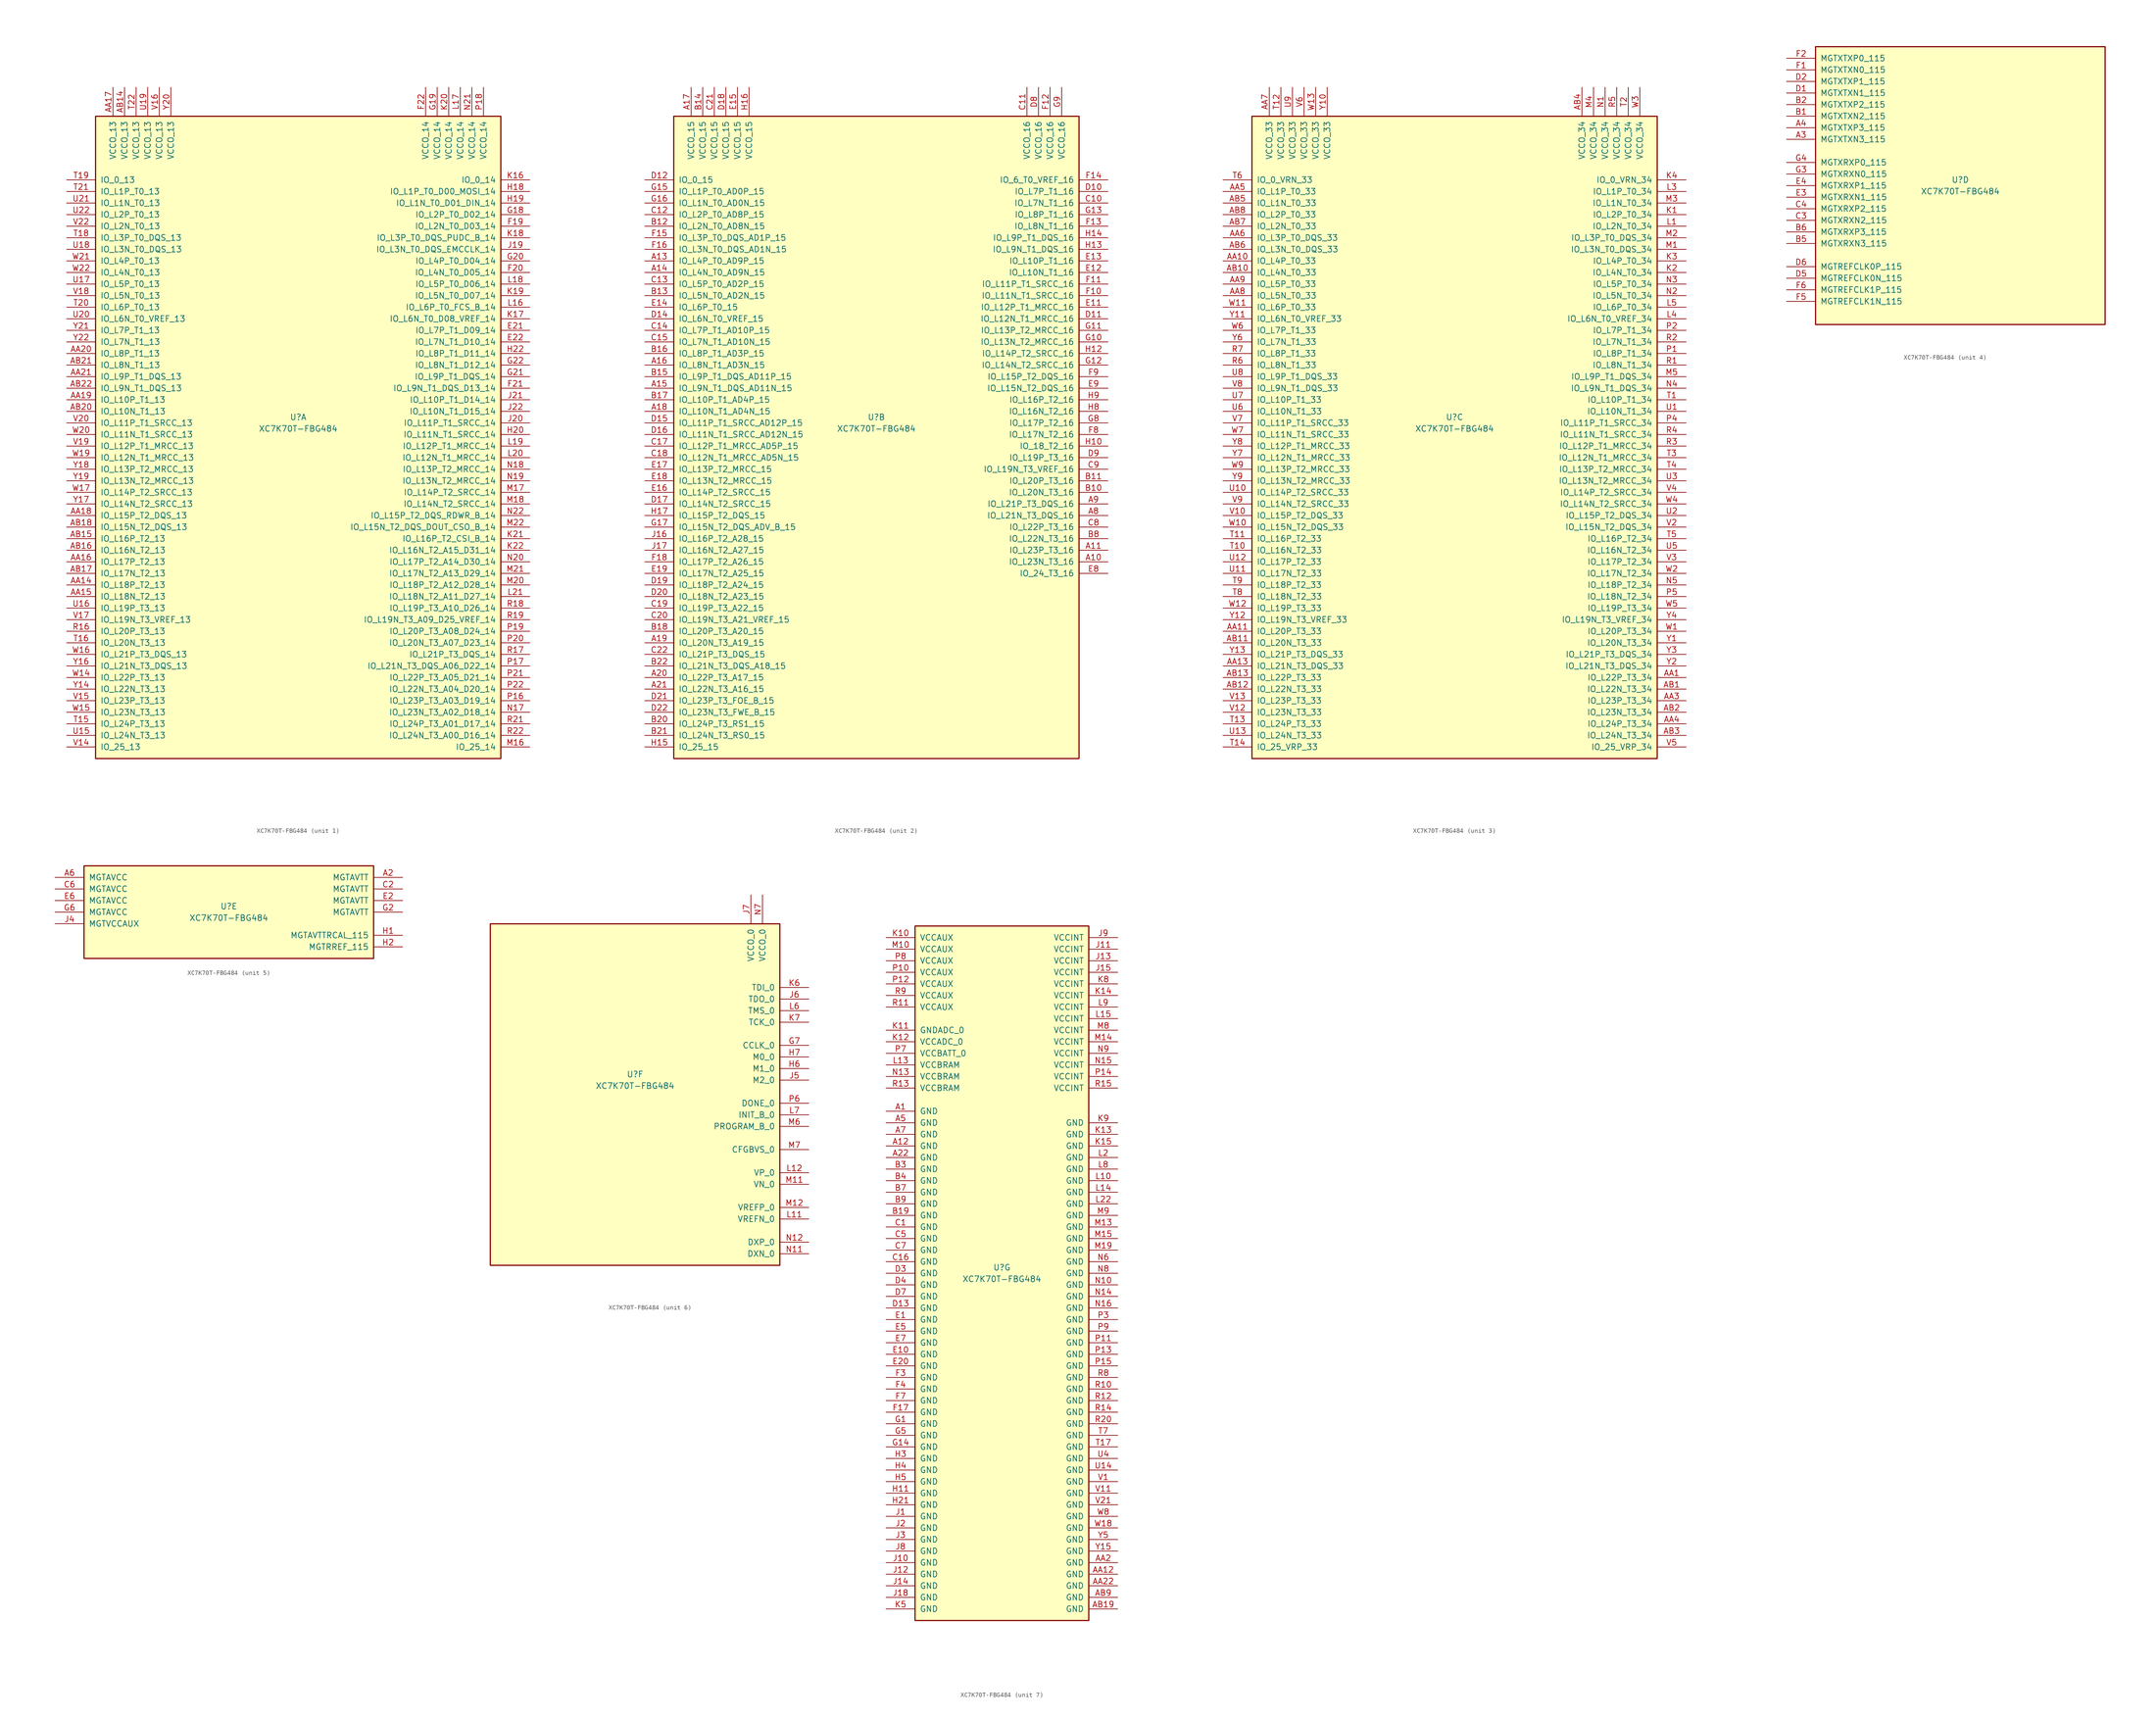
<source format=kicad_sym>
(kicad_symbol_lib
  (version 20241209)
  (generator "kicad_symbol_editor")
  (generator_version "9.0")
  (symbol "XC7K70T-FBG484"
    (pin_names
      (offset 1.016))
    (property "Reference" "U"
      (at 0 1.27 0)
      (effects (font (size 1.27 1.27))))
    (property "Value" "XC7K70T-FBG484"
      (at 0 -1.27 0)
      (effects (font (size 1.27 1.27))))
    (property "Datasheet" ""
      (at 0 0 0)
      (effects (font (size 1.27 1.27))))
    (property "ki_locked" ""
      (at 0 0 0)
      (effects (font (size 1.27 1.27))))
    (symbol "XC7K70T-FBG484_1_1"
      (rectangle (start -44.45 67.31) (end 44.45 -73.66) (stroke (width 0.254) (type default)) (fill (type background)))
      (pin bidirectional line (at -50.8 53.34 0) (length 6.35) (name "IO_0_13" (effects (font (size 1.27 1.27)))) (number "T19" (effects (font (size 1.27 1.27)))))
      (pin bidirectional line (at -50.8 50.8 0) (length 6.35) (name "IO_L1P_T0_13" (effects (font (size 1.27 1.27)))) (number "T21" (effects (font (size 1.27 1.27)))))
      (pin bidirectional line (at -50.8 48.26 0) (length 6.35) (name "IO_L1N_T0_13" (effects (font (size 1.27 1.27)))) (number "U21" (effects (font (size 1.27 1.27)))))
      (pin bidirectional line (at -50.8 45.72 0) (length 6.35) (name "IO_L2P_T0_13" (effects (font (size 1.27 1.27)))) (number "U22" (effects (font (size 1.27 1.27)))))
      (pin bidirectional line (at -50.8 43.18 0) (length 6.35) (name "IO_L2N_T0_13" (effects (font (size 1.27 1.27)))) (number "V22" (effects (font (size 1.27 1.27)))))
      (pin bidirectional line (at -50.8 40.64 0) (length 6.35) (name "IO_L3P_T0_DQS_13" (effects (font (size 1.27 1.27)))) (number "T18" (effects (font (size 1.27 1.27)))))
      (pin bidirectional line (at -50.8 38.1 0) (length 6.35) (name "IO_L3N_T0_DQS_13" (effects (font (size 1.27 1.27)))) (number "U18" (effects (font (size 1.27 1.27)))))
      (pin bidirectional line (at -50.8 35.56 0) (length 6.35) (name "IO_L4P_T0_13" (effects (font (size 1.27 1.27)))) (number "W21" (effects (font (size 1.27 1.27)))))
      (pin bidirectional line (at -50.8 33.02 0) (length 6.35) (name "IO_L4N_T0_13" (effects (font (size 1.27 1.27)))) (number "W22" (effects (font (size 1.27 1.27)))))
      (pin bidirectional line (at -50.8 30.48 0) (length 6.35) (name "IO_L5P_T0_13" (effects (font (size 1.27 1.27)))) (number "U17" (effects (font (size 1.27 1.27)))))
      (pin bidirectional line (at -50.8 27.94 0) (length 6.35) (name "IO_L5N_T0_13" (effects (font (size 1.27 1.27)))) (number "V18" (effects (font (size 1.27 1.27)))))
      (pin bidirectional line (at -50.8 25.4 0) (length 6.35) (name "IO_L6P_T0_13" (effects (font (size 1.27 1.27)))) (number "T20" (effects (font (size 1.27 1.27)))))
      (pin bidirectional line (at -50.8 22.86 0) (length 6.35) (name "IO_L6N_T0_VREF_13" (effects (font (size 1.27 1.27)))) (number "U20" (effects (font (size 1.27 1.27)))))
      (pin bidirectional line (at -50.8 20.32 0) (length 6.35) (name "IO_L7P_T1_13" (effects (font (size 1.27 1.27)))) (number "Y21" (effects (font (size 1.27 1.27)))))
      (pin bidirectional line (at -50.8 17.78 0) (length 6.35) (name "IO_L7N_T1_13" (effects (font (size 1.27 1.27)))) (number "Y22" (effects (font (size 1.27 1.27)))))
      (pin bidirectional line (at -50.8 15.24 0) (length 6.35) (name "IO_L8P_T1_13" (effects (font (size 1.27 1.27)))) (number "AA20" (effects (font (size 1.27 1.27)))))
      (pin bidirectional line (at -50.8 12.7 0) (length 6.35) (name "IO_L8N_T1_13" (effects (font (size 1.27 1.27)))) (number "AB21" (effects (font (size 1.27 1.27)))))
      (pin bidirectional line (at -50.8 10.16 0) (length 6.35) (name "IO_L9P_T1_DQS_13" (effects (font (size 1.27 1.27)))) (number "AA21" (effects (font (size 1.27 1.27)))))
      (pin bidirectional line (at -50.8 7.62 0) (length 6.35) (name "IO_L9N_T1_DQS_13" (effects (font (size 1.27 1.27)))) (number "AB22" (effects (font (size 1.27 1.27)))))
      (pin bidirectional line (at -50.8 5.08 0) (length 6.35) (name "IO_L10P_T1_13" (effects (font (size 1.27 1.27)))) (number "AA19" (effects (font (size 1.27 1.27)))))
      (pin bidirectional line (at -50.8 2.54 0) (length 6.35) (name "IO_L10N_T1_13" (effects (font (size 1.27 1.27)))) (number "AB20" (effects (font (size 1.27 1.27)))))
      (pin bidirectional line (at -50.8 0 0) (length 6.35) (name "IO_L11P_T1_SRCC_13" (effects (font (size 1.27 1.27)))) (number "V20" (effects (font (size 1.27 1.27)))))
      (pin bidirectional line (at -50.8 -2.54 0) (length 6.35) (name "IO_L11N_T1_SRCC_13" (effects (font (size 1.27 1.27)))) (number "W20" (effects (font (size 1.27 1.27)))))
      (pin bidirectional line (at -50.8 -5.08 0) (length 6.35) (name "IO_L12P_T1_MRCC_13" (effects (font (size 1.27 1.27)))) (number "V19" (effects (font (size 1.27 1.27)))))
      (pin bidirectional line (at -50.8 -7.62 0) (length 6.35) (name "IO_L12N_T1_MRCC_13" (effects (font (size 1.27 1.27)))) (number "W19" (effects (font (size 1.27 1.27)))))
      (pin bidirectional line (at -50.8 -10.16 0) (length 6.35) (name "IO_L13P_T2_MRCC_13" (effects (font (size 1.27 1.27)))) (number "Y18" (effects (font (size 1.27 1.27)))))
      (pin bidirectional line (at -50.8 -12.7 0) (length 6.35) (name "IO_L13N_T2_MRCC_13" (effects (font (size 1.27 1.27)))) (number "Y19" (effects (font (size 1.27 1.27)))))
      (pin bidirectional line (at -50.8 -15.24 0) (length 6.35) (name "IO_L14P_T2_SRCC_13" (effects (font (size 1.27 1.27)))) (number "W17" (effects (font (size 1.27 1.27)))))
      (pin bidirectional line (at -50.8 -17.78 0) (length 6.35) (name "IO_L14N_T2_SRCC_13" (effects (font (size 1.27 1.27)))) (number "Y17" (effects (font (size 1.27 1.27)))))
      (pin bidirectional line (at -50.8 -20.32 0) (length 6.35) (name "IO_L15P_T2_DQS_13" (effects (font (size 1.27 1.27)))) (number "AA18" (effects (font (size 1.27 1.27)))))
      (pin bidirectional line (at -50.8 -22.86 0) (length 6.35) (name "IO_L15N_T2_DQS_13" (effects (font (size 1.27 1.27)))) (number "AB18" (effects (font (size 1.27 1.27)))))
      (pin bidirectional line (at -50.8 -25.4 0) (length 6.35) (name "IO_L16P_T2_13" (effects (font (size 1.27 1.27)))) (number "AB15" (effects (font (size 1.27 1.27)))))
      (pin bidirectional line (at -50.8 -27.94 0) (length 6.35) (name "IO_L16N_T2_13" (effects (font (size 1.27 1.27)))) (number "AB16" (effects (font (size 1.27 1.27)))))
      (pin bidirectional line (at -50.8 -30.48 0) (length 6.35) (name "IO_L17P_T2_13" (effects (font (size 1.27 1.27)))) (number "AA16" (effects (font (size 1.27 1.27)))))
      (pin bidirectional line (at -50.8 -33.02 0) (length 6.35) (name "IO_L17N_T2_13" (effects (font (size 1.27 1.27)))) (number "AB17" (effects (font (size 1.27 1.27)))))
      (pin bidirectional line (at -50.8 -35.56 0) (length 6.35) (name "IO_L18P_T2_13" (effects (font (size 1.27 1.27)))) (number "AA14" (effects (font (size 1.27 1.27)))))
      (pin bidirectional line (at -50.8 -38.1 0) (length 6.35) (name "IO_L18N_T2_13" (effects (font (size 1.27 1.27)))) (number "AA15" (effects (font (size 1.27 1.27)))))
      (pin bidirectional line (at -50.8 -40.64 0) (length 6.35) (name "IO_L19P_T3_13" (effects (font (size 1.27 1.27)))) (number "U16" (effects (font (size 1.27 1.27)))))
      (pin bidirectional line (at -50.8 -43.18 0) (length 6.35) (name "IO_L19N_T3_VREF_13" (effects (font (size 1.27 1.27)))) (number "V17" (effects (font (size 1.27 1.27)))))
      (pin bidirectional line (at -50.8 -45.72 0) (length 6.35) (name "IO_L20P_T3_13" (effects (font (size 1.27 1.27)))) (number "R16" (effects (font (size 1.27 1.27)))))
      (pin bidirectional line (at -50.8 -48.26 0) (length 6.35) (name "IO_L20N_T3_13" (effects (font (size 1.27 1.27)))) (number "T16" (effects (font (size 1.27 1.27)))))
      (pin bidirectional line (at -50.8 -50.8 0) (length 6.35) (name "IO_L21P_T3_DQS_13" (effects (font (size 1.27 1.27)))) (number "W16" (effects (font (size 1.27 1.27)))))
      (pin bidirectional line (at -50.8 -53.34 0) (length 6.35) (name "IO_L21N_T3_DQS_13" (effects (font (size 1.27 1.27)))) (number "Y16" (effects (font (size 1.27 1.27)))))
      (pin bidirectional line (at -50.8 -55.88 0) (length 6.35) (name "IO_L22P_T3_13" (effects (font (size 1.27 1.27)))) (number "W14" (effects (font (size 1.27 1.27)))))
      (pin bidirectional line (at -50.8 -58.42 0) (length 6.35) (name "IO_L22N_T3_13" (effects (font (size 1.27 1.27)))) (number "Y14" (effects (font (size 1.27 1.27)))))
      (pin bidirectional line (at -50.8 -60.96 0) (length 6.35) (name "IO_L23P_T3_13" (effects (font (size 1.27 1.27)))) (number "V15" (effects (font (size 1.27 1.27)))))
      (pin bidirectional line (at -50.8 -63.5 0) (length 6.35) (name "IO_L23N_T3_13" (effects (font (size 1.27 1.27)))) (number "W15" (effects (font (size 1.27 1.27)))))
      (pin bidirectional line (at -50.8 -66.04 0) (length 6.35) (name "IO_L24P_T3_13" (effects (font (size 1.27 1.27)))) (number "T15" (effects (font (size 1.27 1.27)))))
      (pin bidirectional line (at -50.8 -68.58 0) (length 6.35) (name "IO_L24N_T3_13" (effects (font (size 1.27 1.27)))) (number "U15" (effects (font (size 1.27 1.27)))))
      (pin bidirectional line (at -50.8 -71.12 0) (length 6.35) (name "IO_25_13" (effects (font (size 1.27 1.27)))) (number "V14" (effects (font (size 1.27 1.27)))))
      (pin power_in line (at -40.64 73.66 270) (length 6.35) (name "VCCO_13" (effects (font (size 1.27 1.27)))) (number "AA17" (effects (font (size 1.27 1.27)))))
      (pin power_in line (at -38.1 73.66 270) (length 6.35) (name "VCCO_13" (effects (font (size 1.27 1.27)))) (number "AB14" (effects (font (size 1.27 1.27)))))
      (pin power_in line (at -35.56 73.66 270) (length 6.35) (name "VCCO_13" (effects (font (size 1.27 1.27)))) (number "T22" (effects (font (size 1.27 1.27)))))
      (pin power_in line (at -33.02 73.66 270) (length 6.35) (name "VCCO_13" (effects (font (size 1.27 1.27)))) (number "U19" (effects (font (size 1.27 1.27)))))
      (pin power_in line (at -30.48 73.66 270) (length 6.35) (name "VCCO_13" (effects (font (size 1.27 1.27)))) (number "V16" (effects (font (size 1.27 1.27)))))
      (pin power_in line (at -27.94 73.66 270) (length 6.35) (name "VCCO_13" (effects (font (size 1.27 1.27)))) (number "Y20" (effects (font (size 1.27 1.27)))))
      (pin power_in line (at 27.94 73.66 270) (length 6.35) (name "VCCO_14" (effects (font (size 1.27 1.27)))) (number "F22" (effects (font (size 1.27 1.27)))))
      (pin power_in line (at 30.48 73.66 270) (length 6.35) (name "VCCO_14" (effects (font (size 1.27 1.27)))) (number "G19" (effects (font (size 1.27 1.27)))))
      (pin power_in line (at 33.02 73.66 270) (length 6.35) (name "VCCO_14" (effects (font (size 1.27 1.27)))) (number "K20" (effects (font (size 1.27 1.27)))))
      (pin power_in line (at 35.56 73.66 270) (length 6.35) (name "VCCO_14" (effects (font (size 1.27 1.27)))) (number "L17" (effects (font (size 1.27 1.27)))))
      (pin power_in line (at 38.1 73.66 270) (length 6.35) (name "VCCO_14" (effects (font (size 1.27 1.27)))) (number "N21" (effects (font (size 1.27 1.27)))))
      (pin power_in line (at 40.64 73.66 270) (length 6.35) (name "VCCO_14" (effects (font (size 1.27 1.27)))) (number "P18" (effects (font (size 1.27 1.27)))))
      (pin bidirectional line (at 50.8 53.34 180) (length 6.35) (name "IO_0_14" (effects (font (size 1.27 1.27)))) (number "K16" (effects (font (size 1.27 1.27)))))
      (pin bidirectional line (at 50.8 50.8 180) (length 6.35) (name "IO_L1P_T0_D00_MOSI_14" (effects (font (size 1.27 1.27)))) (number "H18" (effects (font (size 1.27 1.27)))))
      (pin bidirectional line (at 50.8 48.26 180) (length 6.35) (name "IO_L1N_T0_D01_DIN_14" (effects (font (size 1.27 1.27)))) (number "H19" (effects (font (size 1.27 1.27)))))
      (pin bidirectional line (at 50.8 45.72 180) (length 6.35) (name "IO_L2P_T0_D02_14" (effects (font (size 1.27 1.27)))) (number "G18" (effects (font (size 1.27 1.27)))))
      (pin bidirectional line (at 50.8 43.18 180) (length 6.35) (name "IO_L2N_T0_D03_14" (effects (font (size 1.27 1.27)))) (number "F19" (effects (font (size 1.27 1.27)))))
      (pin bidirectional line (at 50.8 40.64 180) (length 6.35) (name "IO_L3P_T0_DQS_PUDC_B_14" (effects (font (size 1.27 1.27)))) (number "K18" (effects (font (size 1.27 1.27)))))
      (pin bidirectional line (at 50.8 38.1 180) (length 6.35) (name "IO_L3N_T0_DQS_EMCCLK_14" (effects (font (size 1.27 1.27)))) (number "J19" (effects (font (size 1.27 1.27)))))
      (pin bidirectional line (at 50.8 35.56 180) (length 6.35) (name "IO_L4P_T0_D04_14" (effects (font (size 1.27 1.27)))) (number "G20" (effects (font (size 1.27 1.27)))))
      (pin bidirectional line (at 50.8 33.02 180) (length 6.35) (name "IO_L4N_T0_D05_14" (effects (font (size 1.27 1.27)))) (number "F20" (effects (font (size 1.27 1.27)))))
      (pin bidirectional line (at 50.8 30.48 180) (length 6.35) (name "IO_L5P_T0_D06_14" (effects (font (size 1.27 1.27)))) (number "L18" (effects (font (size 1.27 1.27)))))
      (pin bidirectional line (at 50.8 27.94 180) (length 6.35) (name "IO_L5N_T0_D07_14" (effects (font (size 1.27 1.27)))) (number "K19" (effects (font (size 1.27 1.27)))))
      (pin bidirectional line (at 50.8 25.4 180) (length 6.35) (name "IO_L6P_T0_FCS_B_14" (effects (font (size 1.27 1.27)))) (number "L16" (effects (font (size 1.27 1.27)))))
      (pin bidirectional line (at 50.8 22.86 180) (length 6.35) (name "IO_L6N_T0_D08_VREF_14" (effects (font (size 1.27 1.27)))) (number "K17" (effects (font (size 1.27 1.27)))))
      (pin bidirectional line (at 50.8 20.32 180) (length 6.35) (name "IO_L7P_T1_D09_14" (effects (font (size 1.27 1.27)))) (number "E21" (effects (font (size 1.27 1.27)))))
      (pin bidirectional line (at 50.8 17.78 180) (length 6.35) (name "IO_L7N_T1_D10_14" (effects (font (size 1.27 1.27)))) (number "E22" (effects (font (size 1.27 1.27)))))
      (pin bidirectional line (at 50.8 15.24 180) (length 6.35) (name "IO_L8P_T1_D11_14" (effects (font (size 1.27 1.27)))) (number "H22" (effects (font (size 1.27 1.27)))))
      (pin bidirectional line (at 50.8 12.7 180) (length 6.35) (name "IO_L8N_T1_D12_14" (effects (font (size 1.27 1.27)))) (number "G22" (effects (font (size 1.27 1.27)))))
      (pin bidirectional line (at 50.8 10.16 180) (length 6.35) (name "IO_L9P_T1_DQS_14" (effects (font (size 1.27 1.27)))) (number "G21" (effects (font (size 1.27 1.27)))))
      (pin bidirectional line (at 50.8 7.62 180) (length 6.35) (name "IO_L9N_T1_DQS_D13_14" (effects (font (size 1.27 1.27)))) (number "F21" (effects (font (size 1.27 1.27)))))
      (pin bidirectional line (at 50.8 5.08 180) (length 6.35) (name "IO_L10P_T1_D14_14" (effects (font (size 1.27 1.27)))) (number "J21" (effects (font (size 1.27 1.27)))))
      (pin bidirectional line (at 50.8 2.54 180) (length 6.35) (name "IO_L10N_T1_D15_14" (effects (font (size 1.27 1.27)))) (number "J22" (effects (font (size 1.27 1.27)))))
      (pin bidirectional line (at 50.8 0 180) (length 6.35) (name "IO_L11P_T1_SRCC_14" (effects (font (size 1.27 1.27)))) (number "J20" (effects (font (size 1.27 1.27)))))
      (pin bidirectional line (at 50.8 -2.54 180) (length 6.35) (name "IO_L11N_T1_SRCC_14" (effects (font (size 1.27 1.27)))) (number "H20" (effects (font (size 1.27 1.27)))))
      (pin bidirectional line (at 50.8 -5.08 180) (length 6.35) (name "IO_L12P_T1_MRCC_14" (effects (font (size 1.27 1.27)))) (number "L19" (effects (font (size 1.27 1.27)))))
      (pin bidirectional line (at 50.8 -7.62 180) (length 6.35) (name "IO_L12N_T1_MRCC_14" (effects (font (size 1.27 1.27)))) (number "L20" (effects (font (size 1.27 1.27)))))
      (pin bidirectional line (at 50.8 -10.16 180) (length 6.35) (name "IO_L13P_T2_MRCC_14" (effects (font (size 1.27 1.27)))) (number "N18" (effects (font (size 1.27 1.27)))))
      (pin bidirectional line (at 50.8 -12.7 180) (length 6.35) (name "IO_L13N_T2_MRCC_14" (effects (font (size 1.27 1.27)))) (number "N19" (effects (font (size 1.27 1.27)))))
      (pin bidirectional line (at 50.8 -15.24 180) (length 6.35) (name "IO_L14P_T2_SRCC_14" (effects (font (size 1.27 1.27)))) (number "M17" (effects (font (size 1.27 1.27)))))
      (pin bidirectional line (at 50.8 -17.78 180) (length 6.35) (name "IO_L14N_T2_SRCC_14" (effects (font (size 1.27 1.27)))) (number "M18" (effects (font (size 1.27 1.27)))))
      (pin bidirectional line (at 50.8 -20.32 180) (length 6.35) (name "IO_L15P_T2_DQS_RDWR_B_14" (effects (font (size 1.27 1.27)))) (number "N22" (effects (font (size 1.27 1.27)))))
      (pin bidirectional line (at 50.8 -22.86 180) (length 6.35) (name "IO_L15N_T2_DQS_DOUT_CSO_B_14" (effects (font (size 1.27 1.27)))) (number "M22" (effects (font (size 1.27 1.27)))))
      (pin bidirectional line (at 50.8 -25.4 180) (length 6.35) (name "IO_L16P_T2_CSI_B_14" (effects (font (size 1.27 1.27)))) (number "K21" (effects (font (size 1.27 1.27)))))
      (pin bidirectional line (at 50.8 -27.94 180) (length 6.35) (name "IO_L16N_T2_A15_D31_14" (effects (font (size 1.27 1.27)))) (number "K22" (effects (font (size 1.27 1.27)))))
      (pin bidirectional line (at 50.8 -30.48 180) (length 6.35) (name "IO_L17P_T2_A14_D30_14" (effects (font (size 1.27 1.27)))) (number "N20" (effects (font (size 1.27 1.27)))))
      (pin bidirectional line (at 50.8 -33.02 180) (length 6.35) (name "IO_L17N_T2_A13_D29_14" (effects (font (size 1.27 1.27)))) (number "M21" (effects (font (size 1.27 1.27)))))
      (pin bidirectional line (at 50.8 -35.56 180) (length 6.35) (name "IO_L18P_T2_A12_D28_14" (effects (font (size 1.27 1.27)))) (number "M20" (effects (font (size 1.27 1.27)))))
      (pin bidirectional line (at 50.8 -38.1 180) (length 6.35) (name "IO_L18N_T2_A11_D27_14" (effects (font (size 1.27 1.27)))) (number "L21" (effects (font (size 1.27 1.27)))))
      (pin bidirectional line (at 50.8 -40.64 180) (length 6.35) (name "IO_L19P_T3_A10_D26_14" (effects (font (size 1.27 1.27)))) (number "R18" (effects (font (size 1.27 1.27)))))
      (pin bidirectional line (at 50.8 -43.18 180) (length 6.35) (name "IO_L19N_T3_A09_D25_VREF_14" (effects (font (size 1.27 1.27)))) (number "R19" (effects (font (size 1.27 1.27)))))
      (pin bidirectional line (at 50.8 -45.72 180) (length 6.35) (name "IO_L20P_T3_A08_D24_14" (effects (font (size 1.27 1.27)))) (number "P19" (effects (font (size 1.27 1.27)))))
      (pin bidirectional line (at 50.8 -48.26 180) (length 6.35) (name "IO_L20N_T3_A07_D23_14" (effects (font (size 1.27 1.27)))) (number "P20" (effects (font (size 1.27 1.27)))))
      (pin bidirectional line (at 50.8 -50.8 180) (length 6.35) (name "IO_L21P_T3_DQS_14" (effects (font (size 1.27 1.27)))) (number "R17" (effects (font (size 1.27 1.27)))))
      (pin bidirectional line (at 50.8 -53.34 180) (length 6.35) (name "IO_L21N_T3_DQS_A06_D22_14" (effects (font (size 1.27 1.27)))) (number "P17" (effects (font (size 1.27 1.27)))))
      (pin bidirectional line (at 50.8 -55.88 180) (length 6.35) (name "IO_L22P_T3_A05_D21_14" (effects (font (size 1.27 1.27)))) (number "P21" (effects (font (size 1.27 1.27)))))
      (pin bidirectional line (at 50.8 -58.42 180) (length 6.35) (name "IO_L22N_T3_A04_D20_14" (effects (font (size 1.27 1.27)))) (number "P22" (effects (font (size 1.27 1.27)))))
      (pin bidirectional line (at 50.8 -60.96 180) (length 6.35) (name "IO_L23P_T3_A03_D19_14" (effects (font (size 1.27 1.27)))) (number "P16" (effects (font (size 1.27 1.27)))))
      (pin bidirectional line (at 50.8 -63.5 180) (length 6.35) (name "IO_L23N_T3_A02_D18_14" (effects (font (size 1.27 1.27)))) (number "N17" (effects (font (size 1.27 1.27)))))
      (pin bidirectional line (at 50.8 -66.04 180) (length 6.35) (name "IO_L24P_T3_A01_D17_14" (effects (font (size 1.27 1.27)))) (number "R21" (effects (font (size 1.27 1.27)))))
      (pin bidirectional line (at 50.8 -68.58 180) (length 6.35) (name "IO_L24N_T3_A00_D16_14" (effects (font (size 1.27 1.27)))) (number "R22" (effects (font (size 1.27 1.27)))))
      (pin bidirectional line (at 50.8 -71.12 180) (length 6.35) (name "IO_25_14" (effects (font (size 1.27 1.27)))) (number "M16" (effects (font (size 1.27 1.27))))))
    (symbol "XC7K70T-FBG484_2_1"
      (rectangle (start -44.45 67.31) (end 44.45 -73.66) (stroke (width 0.254) (type default)) (fill (type background)))
      (pin bidirectional line (at -50.8 53.34 0) (length 6.35) (name "IO_0_15" (effects (font (size 1.27 1.27)))) (number "D12" (effects (font (size 1.27 1.27)))))
      (pin bidirectional line (at -50.8 50.8 0) (length 6.35) (name "IO_L1P_T0_AD0P_15" (effects (font (size 1.27 1.27)))) (number "G15" (effects (font (size 1.27 1.27)))))
      (pin bidirectional line (at -50.8 48.26 0) (length 6.35) (name "IO_L1N_T0_AD0N_15" (effects (font (size 1.27 1.27)))) (number "G16" (effects (font (size 1.27 1.27)))))
      (pin bidirectional line (at -50.8 45.72 0) (length 6.35) (name "IO_L2P_T0_AD8P_15" (effects (font (size 1.27 1.27)))) (number "C12" (effects (font (size 1.27 1.27)))))
      (pin bidirectional line (at -50.8 43.18 0) (length 6.35) (name "IO_L2N_T0_AD8N_15" (effects (font (size 1.27 1.27)))) (number "B12" (effects (font (size 1.27 1.27)))))
      (pin bidirectional line (at -50.8 40.64 0) (length 6.35) (name "IO_L3P_T0_DQS_AD1P_15" (effects (font (size 1.27 1.27)))) (number "F15" (effects (font (size 1.27 1.27)))))
      (pin bidirectional line (at -50.8 38.1 0) (length 6.35) (name "IO_L3N_T0_DQS_AD1N_15" (effects (font (size 1.27 1.27)))) (number "F16" (effects (font (size 1.27 1.27)))))
      (pin bidirectional line (at -50.8 35.56 0) (length 6.35) (name "IO_L4P_T0_AD9P_15" (effects (font (size 1.27 1.27)))) (number "A13" (effects (font (size 1.27 1.27)))))
      (pin bidirectional line (at -50.8 33.02 0) (length 6.35) (name "IO_L4N_T0_AD9N_15" (effects (font (size 1.27 1.27)))) (number "A14" (effects (font (size 1.27 1.27)))))
      (pin bidirectional line (at -50.8 30.48 0) (length 6.35) (name "IO_L5P_T0_AD2P_15" (effects (font (size 1.27 1.27)))) (number "C13" (effects (font (size 1.27 1.27)))))
      (pin bidirectional line (at -50.8 27.94 0) (length 6.35) (name "IO_L5N_T0_AD2N_15" (effects (font (size 1.27 1.27)))) (number "B13" (effects (font (size 1.27 1.27)))))
      (pin bidirectional line (at -50.8 25.4 0) (length 6.35) (name "IO_L6P_T0_15" (effects (font (size 1.27 1.27)))) (number "E14" (effects (font (size 1.27 1.27)))))
      (pin bidirectional line (at -50.8 22.86 0) (length 6.35) (name "IO_L6N_T0_VREF_15" (effects (font (size 1.27 1.27)))) (number "D14" (effects (font (size 1.27 1.27)))))
      (pin bidirectional line (at -50.8 20.32 0) (length 6.35) (name "IO_L7P_T1_AD10P_15" (effects (font (size 1.27 1.27)))) (number "C14" (effects (font (size 1.27 1.27)))))
      (pin bidirectional line (at -50.8 17.78 0) (length 6.35) (name "IO_L7N_T1_AD10N_15" (effects (font (size 1.27 1.27)))) (number "C15" (effects (font (size 1.27 1.27)))))
      (pin bidirectional line (at -50.8 15.24 0) (length 6.35) (name "IO_L8P_T1_AD3P_15" (effects (font (size 1.27 1.27)))) (number "B16" (effects (font (size 1.27 1.27)))))
      (pin bidirectional line (at -50.8 12.7 0) (length 6.35) (name "IO_L8N_T1_AD3N_15" (effects (font (size 1.27 1.27)))) (number "A16" (effects (font (size 1.27 1.27)))))
      (pin bidirectional line (at -50.8 10.16 0) (length 6.35) (name "IO_L9P_T1_DQS_AD11P_15" (effects (font (size 1.27 1.27)))) (number "B15" (effects (font (size 1.27 1.27)))))
      (pin bidirectional line (at -50.8 7.62 0) (length 6.35) (name "IO_L9N_T1_DQS_AD11N_15" (effects (font (size 1.27 1.27)))) (number "A15" (effects (font (size 1.27 1.27)))))
      (pin bidirectional line (at -50.8 5.08 0) (length 6.35) (name "IO_L10P_T1_AD4P_15" (effects (font (size 1.27 1.27)))) (number "B17" (effects (font (size 1.27 1.27)))))
      (pin bidirectional line (at -50.8 2.54 0) (length 6.35) (name "IO_L10N_T1_AD4N_15" (effects (font (size 1.27 1.27)))) (number "A18" (effects (font (size 1.27 1.27)))))
      (pin bidirectional line (at -50.8 0 0) (length 6.35) (name "IO_L11P_T1_SRCC_AD12P_15" (effects (font (size 1.27 1.27)))) (number "D15" (effects (font (size 1.27 1.27)))))
      (pin bidirectional line (at -50.8 -2.54 0) (length 6.35) (name "IO_L11N_T1_SRCC_AD12N_15" (effects (font (size 1.27 1.27)))) (number "D16" (effects (font (size 1.27 1.27)))))
      (pin bidirectional line (at -50.8 -5.08 0) (length 6.35) (name "IO_L12P_T1_MRCC_AD5P_15" (effects (font (size 1.27 1.27)))) (number "C17" (effects (font (size 1.27 1.27)))))
      (pin bidirectional line (at -50.8 -7.62 0) (length 6.35) (name "IO_L12N_T1_MRCC_AD5N_15" (effects (font (size 1.27 1.27)))) (number "C18" (effects (font (size 1.27 1.27)))))
      (pin bidirectional line (at -50.8 -10.16 0) (length 6.35) (name "IO_L13P_T2_MRCC_15" (effects (font (size 1.27 1.27)))) (number "E17" (effects (font (size 1.27 1.27)))))
      (pin bidirectional line (at -50.8 -12.7 0) (length 6.35) (name "IO_L13N_T2_MRCC_15" (effects (font (size 1.27 1.27)))) (number "E18" (effects (font (size 1.27 1.27)))))
      (pin bidirectional line (at -50.8 -15.24 0) (length 6.35) (name "IO_L14P_T2_SRCC_15" (effects (font (size 1.27 1.27)))) (number "E16" (effects (font (size 1.27 1.27)))))
      (pin bidirectional line (at -50.8 -17.78 0) (length 6.35) (name "IO_L14N_T2_SRCC_15" (effects (font (size 1.27 1.27)))) (number "D17" (effects (font (size 1.27 1.27)))))
      (pin bidirectional line (at -50.8 -20.32 0) (length 6.35) (name "IO_L15P_T2_DQS_15" (effects (font (size 1.27 1.27)))) (number "H17" (effects (font (size 1.27 1.27)))))
      (pin bidirectional line (at -50.8 -22.86 0) (length 6.35) (name "IO_L15N_T2_DQS_ADV_B_15" (effects (font (size 1.27 1.27)))) (number "G17" (effects (font (size 1.27 1.27)))))
      (pin bidirectional line (at -50.8 -25.4 0) (length 6.35) (name "IO_L16P_T2_A28_15" (effects (font (size 1.27 1.27)))) (number "J16" (effects (font (size 1.27 1.27)))))
      (pin bidirectional line (at -50.8 -27.94 0) (length 6.35) (name "IO_L16N_T2_A27_15" (effects (font (size 1.27 1.27)))) (number "J17" (effects (font (size 1.27 1.27)))))
      (pin bidirectional line (at -50.8 -30.48 0) (length 6.35) (name "IO_L17P_T2_A26_15" (effects (font (size 1.27 1.27)))) (number "F18" (effects (font (size 1.27 1.27)))))
      (pin bidirectional line (at -50.8 -33.02 0) (length 6.35) (name "IO_L17N_T2_A25_15" (effects (font (size 1.27 1.27)))) (number "E19" (effects (font (size 1.27 1.27)))))
      (pin bidirectional line (at -50.8 -35.56 0) (length 6.35) (name "IO_L18P_T2_A24_15" (effects (font (size 1.27 1.27)))) (number "D19" (effects (font (size 1.27 1.27)))))
      (pin bidirectional line (at -50.8 -38.1 0) (length 6.35) (name "IO_L18N_T2_A23_15" (effects (font (size 1.27 1.27)))) (number "D20" (effects (font (size 1.27 1.27)))))
      (pin bidirectional line (at -50.8 -40.64 0) (length 6.35) (name "IO_L19P_T3_A22_15" (effects (font (size 1.27 1.27)))) (number "C19" (effects (font (size 1.27 1.27)))))
      (pin bidirectional line (at -50.8 -43.18 0) (length 6.35) (name "IO_L19N_T3_A21_VREF_15" (effects (font (size 1.27 1.27)))) (number "C20" (effects (font (size 1.27 1.27)))))
      (pin bidirectional line (at -50.8 -45.72 0) (length 6.35) (name "IO_L20P_T3_A20_15" (effects (font (size 1.27 1.27)))) (number "B18" (effects (font (size 1.27 1.27)))))
      (pin bidirectional line (at -50.8 -48.26 0) (length 6.35) (name "IO_L20N_T3_A19_15" (effects (font (size 1.27 1.27)))) (number "A19" (effects (font (size 1.27 1.27)))))
      (pin bidirectional line (at -50.8 -50.8 0) (length 6.35) (name "IO_L21P_T3_DQS_15" (effects (font (size 1.27 1.27)))) (number "C22" (effects (font (size 1.27 1.27)))))
      (pin bidirectional line (at -50.8 -53.34 0) (length 6.35) (name "IO_L21N_T3_DQS_A18_15" (effects (font (size 1.27 1.27)))) (number "B22" (effects (font (size 1.27 1.27)))))
      (pin bidirectional line (at -50.8 -55.88 0) (length 6.35) (name "IO_L22P_T3_A17_15" (effects (font (size 1.27 1.27)))) (number "A20" (effects (font (size 1.27 1.27)))))
      (pin bidirectional line (at -50.8 -58.42 0) (length 6.35) (name "IO_L22N_T3_A16_15" (effects (font (size 1.27 1.27)))) (number "A21" (effects (font (size 1.27 1.27)))))
      (pin bidirectional line (at -50.8 -60.96 0) (length 6.35) (name "IO_L23P_T3_FOE_B_15" (effects (font (size 1.27 1.27)))) (number "D21" (effects (font (size 1.27 1.27)))))
      (pin bidirectional line (at -50.8 -63.5 0) (length 6.35) (name "IO_L23N_T3_FWE_B_15" (effects (font (size 1.27 1.27)))) (number "D22" (effects (font (size 1.27 1.27)))))
      (pin bidirectional line (at -50.8 -66.04 0) (length 6.35) (name "IO_L24P_T3_RS1_15" (effects (font (size 1.27 1.27)))) (number "B20" (effects (font (size 1.27 1.27)))))
      (pin bidirectional line (at -50.8 -68.58 0) (length 6.35) (name "IO_L24N_T3_RS0_15" (effects (font (size 1.27 1.27)))) (number "B21" (effects (font (size 1.27 1.27)))))
      (pin bidirectional line (at -50.8 -71.12 0) (length 6.35) (name "IO_25_15" (effects (font (size 1.27 1.27)))) (number "H15" (effects (font (size 1.27 1.27)))))
      (pin power_in line (at -40.64 73.66 270) (length 6.35) (name "VCCO_15" (effects (font (size 1.27 1.27)))) (number "A17" (effects (font (size 1.27 1.27)))))
      (pin power_in line (at -38.1 73.66 270) (length 6.35) (name "VCCO_15" (effects (font (size 1.27 1.27)))) (number "B14" (effects (font (size 1.27 1.27)))))
      (pin power_in line (at -35.56 73.66 270) (length 6.35) (name "VCCO_15" (effects (font (size 1.27 1.27)))) (number "C21" (effects (font (size 1.27 1.27)))))
      (pin power_in line (at -33.02 73.66 270) (length 6.35) (name "VCCO_15" (effects (font (size 1.27 1.27)))) (number "D18" (effects (font (size 1.27 1.27)))))
      (pin power_in line (at -30.48 73.66 270) (length 6.35) (name "VCCO_15" (effects (font (size 1.27 1.27)))) (number "E15" (effects (font (size 1.27 1.27)))))
      (pin power_in line (at -27.94 73.66 270) (length 6.35) (name "VCCO_15" (effects (font (size 1.27 1.27)))) (number "H16" (effects (font (size 1.27 1.27)))))
      (pin power_in line (at 33.02 73.66 270) (length 6.35) (name "VCCO_16" (effects (font (size 1.27 1.27)))) (number "C11" (effects (font (size 1.27 1.27)))))
      (pin power_in line (at 35.56 73.66 270) (length 6.35) (name "VCCO_16" (effects (font (size 1.27 1.27)))) (number "D8" (effects (font (size 1.27 1.27)))))
      (pin power_in line (at 38.1 73.66 270) (length 6.35) (name "VCCO_16" (effects (font (size 1.27 1.27)))) (number "F12" (effects (font (size 1.27 1.27)))))
      (pin power_in line (at 40.64 73.66 270) (length 6.35) (name "VCCO_16" (effects (font (size 1.27 1.27)))) (number "G9" (effects (font (size 1.27 1.27)))))
      (pin bidirectional line (at 50.8 53.34 180) (length 6.35) (name "IO_6_T0_VREF_16" (effects (font (size 1.27 1.27)))) (number "F14" (effects (font (size 1.27 1.27)))))
      (pin bidirectional line (at 50.8 50.8 180) (length 6.35) (name "IO_L7P_T1_16" (effects (font (size 1.27 1.27)))) (number "D10" (effects (font (size 1.27 1.27)))))
      (pin bidirectional line (at 50.8 48.26 180) (length 6.35) (name "IO_L7N_T1_16" (effects (font (size 1.27 1.27)))) (number "C10" (effects (font (size 1.27 1.27)))))
      (pin bidirectional line (at 50.8 45.72 180) (length 6.35) (name "IO_L8P_T1_16" (effects (font (size 1.27 1.27)))) (number "G13" (effects (font (size 1.27 1.27)))))
      (pin bidirectional line (at 50.8 43.18 180) (length 6.35) (name "IO_L8N_T1_16" (effects (font (size 1.27 1.27)))) (number "F13" (effects (font (size 1.27 1.27)))))
      (pin bidirectional line (at 50.8 40.64 180) (length 6.35) (name "IO_L9P_T1_DQS_16" (effects (font (size 1.27 1.27)))) (number "H14" (effects (font (size 1.27 1.27)))))
      (pin bidirectional line (at 50.8 38.1 180) (length 6.35) (name "IO_L9N_T1_DQS_16" (effects (font (size 1.27 1.27)))) (number "H13" (effects (font (size 1.27 1.27)))))
      (pin bidirectional line (at 50.8 35.56 180) (length 6.35) (name "IO_L10P_T1_16" (effects (font (size 1.27 1.27)))) (number "E13" (effects (font (size 1.27 1.27)))))
      (pin bidirectional line (at 50.8 33.02 180) (length 6.35) (name "IO_L10N_T1_16" (effects (font (size 1.27 1.27)))) (number "E12" (effects (font (size 1.27 1.27)))))
      (pin bidirectional line (at 50.8 30.48 180) (length 6.35) (name "IO_L11P_T1_SRCC_16" (effects (font (size 1.27 1.27)))) (number "F11" (effects (font (size 1.27 1.27)))))
      (pin bidirectional line (at 50.8 27.94 180) (length 6.35) (name "IO_L11N_T1_SRCC_16" (effects (font (size 1.27 1.27)))) (number "F10" (effects (font (size 1.27 1.27)))))
      (pin bidirectional line (at 50.8 25.4 180) (length 6.35) (name "IO_L12P_T1_MRCC_16" (effects (font (size 1.27 1.27)))) (number "E11" (effects (font (size 1.27 1.27)))))
      (pin bidirectional line (at 50.8 22.86 180) (length 6.35) (name "IO_L12N_T1_MRCC_16" (effects (font (size 1.27 1.27)))) (number "D11" (effects (font (size 1.27 1.27)))))
      (pin bidirectional line (at 50.8 20.32 180) (length 6.35) (name "IO_L13P_T2_MRCC_16" (effects (font (size 1.27 1.27)))) (number "G11" (effects (font (size 1.27 1.27)))))
      (pin bidirectional line (at 50.8 17.78 180) (length 6.35) (name "IO_L13N_T2_MRCC_16" (effects (font (size 1.27 1.27)))) (number "G10" (effects (font (size 1.27 1.27)))))
      (pin bidirectional line (at 50.8 15.24 180) (length 6.35) (name "IO_L14P_T2_SRCC_16" (effects (font (size 1.27 1.27)))) (number "H12" (effects (font (size 1.27 1.27)))))
      (pin bidirectional line (at 50.8 12.7 180) (length 6.35) (name "IO_L14N_T2_SRCC_16" (effects (font (size 1.27 1.27)))) (number "G12" (effects (font (size 1.27 1.27)))))
      (pin bidirectional line (at 50.8 10.16 180) (length 6.35) (name "IO_L15P_T2_DQS_16" (effects (font (size 1.27 1.27)))) (number "F9" (effects (font (size 1.27 1.27)))))
      (pin bidirectional line (at 50.8 7.62 180) (length 6.35) (name "IO_L15N_T2_DQS_16" (effects (font (size 1.27 1.27)))) (number "E9" (effects (font (size 1.27 1.27)))))
      (pin bidirectional line (at 50.8 5.08 180) (length 6.35) (name "IO_L16P_T2_16" (effects (font (size 1.27 1.27)))) (number "H9" (effects (font (size 1.27 1.27)))))
      (pin bidirectional line (at 50.8 2.54 180) (length 6.35) (name "IO_L16N_T2_16" (effects (font (size 1.27 1.27)))) (number "H8" (effects (font (size 1.27 1.27)))))
      (pin bidirectional line (at 50.8 0 180) (length 6.35) (name "IO_L17P_T2_16" (effects (font (size 1.27 1.27)))) (number "G8" (effects (font (size 1.27 1.27)))))
      (pin bidirectional line (at 50.8 -2.54 180) (length 6.35) (name "IO_L17N_T2_16" (effects (font (size 1.27 1.27)))) (number "F8" (effects (font (size 1.27 1.27)))))
      (pin bidirectional line (at 50.8 -5.08 180) (length 6.35) (name "IO_18_T2_16" (effects (font (size 1.27 1.27)))) (number "H10" (effects (font (size 1.27 1.27)))))
      (pin bidirectional line (at 50.8 -7.62 180) (length 6.35) (name "IO_L19P_T3_16" (effects (font (size 1.27 1.27)))) (number "D9" (effects (font (size 1.27 1.27)))))
      (pin bidirectional line (at 50.8 -10.16 180) (length 6.35) (name "IO_L19N_T3_VREF_16" (effects (font (size 1.27 1.27)))) (number "C9" (effects (font (size 1.27 1.27)))))
      (pin bidirectional line (at 50.8 -12.7 180) (length 6.35) (name "IO_L20P_T3_16" (effects (font (size 1.27 1.27)))) (number "B11" (effects (font (size 1.27 1.27)))))
      (pin bidirectional line (at 50.8 -15.24 180) (length 6.35) (name "IO_L20N_T3_16" (effects (font (size 1.27 1.27)))) (number "B10" (effects (font (size 1.27 1.27)))))
      (pin bidirectional line (at 50.8 -17.78 180) (length 6.35) (name "IO_L21P_T3_DQS_16" (effects (font (size 1.27 1.27)))) (number "A9" (effects (font (size 1.27 1.27)))))
      (pin bidirectional line (at 50.8 -20.32 180) (length 6.35) (name "IO_L21N_T3_DQS_16" (effects (font (size 1.27 1.27)))) (number "A8" (effects (font (size 1.27 1.27)))))
      (pin bidirectional line (at 50.8 -22.86 180) (length 6.35) (name "IO_L22P_T3_16" (effects (font (size 1.27 1.27)))) (number "C8" (effects (font (size 1.27 1.27)))))
      (pin bidirectional line (at 50.8 -25.4 180) (length 6.35) (name "IO_L22N_T3_16" (effects (font (size 1.27 1.27)))) (number "B8" (effects (font (size 1.27 1.27)))))
      (pin bidirectional line (at 50.8 -27.94 180) (length 6.35) (name "IO_L23P_T3_16" (effects (font (size 1.27 1.27)))) (number "A11" (effects (font (size 1.27 1.27)))))
      (pin bidirectional line (at 50.8 -30.48 180) (length 6.35) (name "IO_L23N_T3_16" (effects (font (size 1.27 1.27)))) (number "A10" (effects (font (size 1.27 1.27)))))
      (pin bidirectional line (at 50.8 -33.02 180) (length 6.35) (name "IO_24_T3_16" (effects (font (size 1.27 1.27)))) (number "E8" (effects (font (size 1.27 1.27))))))
    (symbol "XC7K70T-FBG484_3_1"
      (rectangle (start -44.45 67.31) (end 44.45 -73.66) (stroke (width 0.254) (type default)) (fill (type background)))
      (pin bidirectional line (at -50.8 53.34 0) (length 6.35) (name "IO_0_VRN_33" (effects (font (size 1.27 1.27)))) (number "T6" (effects (font (size 1.27 1.27)))))
      (pin bidirectional line (at -50.8 50.8 0) (length 6.35) (name "IO_L1P_T0_33" (effects (font (size 1.27 1.27)))) (number "AA5" (effects (font (size 1.27 1.27)))))
      (pin bidirectional line (at -50.8 48.26 0) (length 6.35) (name "IO_L1N_T0_33" (effects (font (size 1.27 1.27)))) (number "AB5" (effects (font (size 1.27 1.27)))))
      (pin bidirectional line (at -50.8 45.72 0) (length 6.35) (name "IO_L2P_T0_33" (effects (font (size 1.27 1.27)))) (number "AB8" (effects (font (size 1.27 1.27)))))
      (pin bidirectional line (at -50.8 43.18 0) (length 6.35) (name "IO_L2N_T0_33" (effects (font (size 1.27 1.27)))) (number "AB7" (effects (font (size 1.27 1.27)))))
      (pin bidirectional line (at -50.8 40.64 0) (length 6.35) (name "IO_L3P_T0_DQS_33" (effects (font (size 1.27 1.27)))) (number "AA6" (effects (font (size 1.27 1.27)))))
      (pin bidirectional line (at -50.8 38.1 0) (length 6.35) (name "IO_L3N_T0_DQS_33" (effects (font (size 1.27 1.27)))) (number "AB6" (effects (font (size 1.27 1.27)))))
      (pin bidirectional line (at -50.8 35.56 0) (length 6.35) (name "IO_L4P_T0_33" (effects (font (size 1.27 1.27)))) (number "AA10" (effects (font (size 1.27 1.27)))))
      (pin bidirectional line (at -50.8 33.02 0) (length 6.35) (name "IO_L4N_T0_33" (effects (font (size 1.27 1.27)))) (number "AB10" (effects (font (size 1.27 1.27)))))
      (pin bidirectional line (at -50.8 30.48 0) (length 6.35) (name "IO_L5P_T0_33" (effects (font (size 1.27 1.27)))) (number "AA9" (effects (font (size 1.27 1.27)))))
      (pin bidirectional line (at -50.8 27.94 0) (length 6.35) (name "IO_L5N_T0_33" (effects (font (size 1.27 1.27)))) (number "AA8" (effects (font (size 1.27 1.27)))))
      (pin bidirectional line (at -50.8 25.4 0) (length 6.35) (name "IO_L6P_T0_33" (effects (font (size 1.27 1.27)))) (number "W11" (effects (font (size 1.27 1.27)))))
      (pin bidirectional line (at -50.8 22.86 0) (length 6.35) (name "IO_L6N_T0_VREF_33" (effects (font (size 1.27 1.27)))) (number "Y11" (effects (font (size 1.27 1.27)))))
      (pin bidirectional line (at -50.8 20.32 0) (length 6.35) (name "IO_L7P_T1_33" (effects (font (size 1.27 1.27)))) (number "W6" (effects (font (size 1.27 1.27)))))
      (pin bidirectional line (at -50.8 17.78 0) (length 6.35) (name "IO_L7N_T1_33" (effects (font (size 1.27 1.27)))) (number "Y6" (effects (font (size 1.27 1.27)))))
      (pin bidirectional line (at -50.8 15.24 0) (length 6.35) (name "IO_L8P_T1_33" (effects (font (size 1.27 1.27)))) (number "R7" (effects (font (size 1.27 1.27)))))
      (pin bidirectional line (at -50.8 12.7 0) (length 6.35) (name "IO_L8N_T1_33" (effects (font (size 1.27 1.27)))) (number "R6" (effects (font (size 1.27 1.27)))))
      (pin bidirectional line (at -50.8 10.16 0) (length 6.35) (name "IO_L9P_T1_DQS_33" (effects (font (size 1.27 1.27)))) (number "U8" (effects (font (size 1.27 1.27)))))
      (pin bidirectional line (at -50.8 7.62 0) (length 6.35) (name "IO_L9N_T1_DQS_33" (effects (font (size 1.27 1.27)))) (number "V8" (effects (font (size 1.27 1.27)))))
      (pin bidirectional line (at -50.8 5.08 0) (length 6.35) (name "IO_L10P_T1_33" (effects (font (size 1.27 1.27)))) (number "U7" (effects (font (size 1.27 1.27)))))
      (pin bidirectional line (at -50.8 2.54 0) (length 6.35) (name "IO_L10N_T1_33" (effects (font (size 1.27 1.27)))) (number "U6" (effects (font (size 1.27 1.27)))))
      (pin bidirectional line (at -50.8 0 0) (length 6.35) (name "IO_L11P_T1_SRCC_33" (effects (font (size 1.27 1.27)))) (number "V7" (effects (font (size 1.27 1.27)))))
      (pin bidirectional line (at -50.8 -2.54 0) (length 6.35) (name "IO_L11N_T1_SRCC_33" (effects (font (size 1.27 1.27)))) (number "W7" (effects (font (size 1.27 1.27)))))
      (pin bidirectional line (at -50.8 -5.08 0) (length 6.35) (name "IO_L12P_T1_MRCC_33" (effects (font (size 1.27 1.27)))) (number "Y8" (effects (font (size 1.27 1.27)))))
      (pin bidirectional line (at -50.8 -7.62 0) (length 6.35) (name "IO_L12N_T1_MRCC_33" (effects (font (size 1.27 1.27)))) (number "Y7" (effects (font (size 1.27 1.27)))))
      (pin bidirectional line (at -50.8 -10.16 0) (length 6.35) (name "IO_L13P_T2_MRCC_33" (effects (font (size 1.27 1.27)))) (number "W9" (effects (font (size 1.27 1.27)))))
      (pin bidirectional line (at -50.8 -12.7 0) (length 6.35) (name "IO_L13N_T2_MRCC_33" (effects (font (size 1.27 1.27)))) (number "Y9" (effects (font (size 1.27 1.27)))))
      (pin bidirectional line (at -50.8 -15.24 0) (length 6.35) (name "IO_L14P_T2_SRCC_33" (effects (font (size 1.27 1.27)))) (number "U10" (effects (font (size 1.27 1.27)))))
      (pin bidirectional line (at -50.8 -17.78 0) (length 6.35) (name "IO_L14N_T2_SRCC_33" (effects (font (size 1.27 1.27)))) (number "V9" (effects (font (size 1.27 1.27)))))
      (pin bidirectional line (at -50.8 -20.32 0) (length 6.35) (name "IO_L15P_T2_DQS_33" (effects (font (size 1.27 1.27)))) (number "V10" (effects (font (size 1.27 1.27)))))
      (pin bidirectional line (at -50.8 -22.86 0) (length 6.35) (name "IO_L15N_T2_DQS_33" (effects (font (size 1.27 1.27)))) (number "W10" (effects (font (size 1.27 1.27)))))
      (pin bidirectional line (at -50.8 -25.4 0) (length 6.35) (name "IO_L16P_T2_33" (effects (font (size 1.27 1.27)))) (number "T11" (effects (font (size 1.27 1.27)))))
      (pin bidirectional line (at -50.8 -27.94 0) (length 6.35) (name "IO_L16N_T2_33" (effects (font (size 1.27 1.27)))) (number "T10" (effects (font (size 1.27 1.27)))))
      (pin bidirectional line (at -50.8 -30.48 0) (length 6.35) (name "IO_L17P_T2_33" (effects (font (size 1.27 1.27)))) (number "U12" (effects (font (size 1.27 1.27)))))
      (pin bidirectional line (at -50.8 -33.02 0) (length 6.35) (name "IO_L17N_T2_33" (effects (font (size 1.27 1.27)))) (number "U11" (effects (font (size 1.27 1.27)))))
      (pin bidirectional line (at -50.8 -35.56 0) (length 6.35) (name "IO_L18P_T2_33" (effects (font (size 1.27 1.27)))) (number "T9" (effects (font (size 1.27 1.27)))))
      (pin bidirectional line (at -50.8 -38.1 0) (length 6.35) (name "IO_L18N_T2_33" (effects (font (size 1.27 1.27)))) (number "T8" (effects (font (size 1.27 1.27)))))
      (pin bidirectional line (at -50.8 -40.64 0) (length 6.35) (name "IO_L19P_T3_33" (effects (font (size 1.27 1.27)))) (number "W12" (effects (font (size 1.27 1.27)))))
      (pin bidirectional line (at -50.8 -43.18 0) (length 6.35) (name "IO_L19N_T3_VREF_33" (effects (font (size 1.27 1.27)))) (number "Y12" (effects (font (size 1.27 1.27)))))
      (pin bidirectional line (at -50.8 -45.72 0) (length 6.35) (name "IO_L20P_T3_33" (effects (font (size 1.27 1.27)))) (number "AA11" (effects (font (size 1.27 1.27)))))
      (pin bidirectional line (at -50.8 -48.26 0) (length 6.35) (name "IO_L20N_T3_33" (effects (font (size 1.27 1.27)))) (number "AB11" (effects (font (size 1.27 1.27)))))
      (pin bidirectional line (at -50.8 -50.8 0) (length 6.35) (name "IO_L21P_T3_DQS_33" (effects (font (size 1.27 1.27)))) (number "Y13" (effects (font (size 1.27 1.27)))))
      (pin bidirectional line (at -50.8 -53.34 0) (length 6.35) (name "IO_L21N_T3_DQS_33" (effects (font (size 1.27 1.27)))) (number "AA13" (effects (font (size 1.27 1.27)))))
      (pin bidirectional line (at -50.8 -55.88 0) (length 6.35) (name "IO_L22P_T3_33" (effects (font (size 1.27 1.27)))) (number "AB13" (effects (font (size 1.27 1.27)))))
      (pin bidirectional line (at -50.8 -58.42 0) (length 6.35) (name "IO_L22N_T3_33" (effects (font (size 1.27 1.27)))) (number "AB12" (effects (font (size 1.27 1.27)))))
      (pin bidirectional line (at -50.8 -60.96 0) (length 6.35) (name "IO_L23P_T3_33" (effects (font (size 1.27 1.27)))) (number "V13" (effects (font (size 1.27 1.27)))))
      (pin bidirectional line (at -50.8 -63.5 0) (length 6.35) (name "IO_L23N_T3_33" (effects (font (size 1.27 1.27)))) (number "V12" (effects (font (size 1.27 1.27)))))
      (pin bidirectional line (at -50.8 -66.04 0) (length 6.35) (name "IO_L24P_T3_33" (effects (font (size 1.27 1.27)))) (number "T13" (effects (font (size 1.27 1.27)))))
      (pin bidirectional line (at -50.8 -68.58 0) (length 6.35) (name "IO_L24N_T3_33" (effects (font (size 1.27 1.27)))) (number "U13" (effects (font (size 1.27 1.27)))))
      (pin bidirectional line (at -50.8 -71.12 0) (length 6.35) (name "IO_25_VRP_33" (effects (font (size 1.27 1.27)))) (number "T14" (effects (font (size 1.27 1.27)))))
      (pin power_in line (at -40.64 73.66 270) (length 6.35) (name "VCCO_33" (effects (font (size 1.27 1.27)))) (number "AA7" (effects (font (size 1.27 1.27)))))
      (pin power_in line (at -38.1 73.66 270) (length 6.35) (name "VCCO_33" (effects (font (size 1.27 1.27)))) (number "T12" (effects (font (size 1.27 1.27)))))
      (pin power_in line (at -35.56 73.66 270) (length 6.35) (name "VCCO_33" (effects (font (size 1.27 1.27)))) (number "U9" (effects (font (size 1.27 1.27)))))
      (pin power_in line (at -33.02 73.66 270) (length 6.35) (name "VCCO_33" (effects (font (size 1.27 1.27)))) (number "V6" (effects (font (size 1.27 1.27)))))
      (pin power_in line (at -30.48 73.66 270) (length 6.35) (name "VCCO_33" (effects (font (size 1.27 1.27)))) (number "W13" (effects (font (size 1.27 1.27)))))
      (pin power_in line (at -27.94 73.66 270) (length 6.35) (name "VCCO_33" (effects (font (size 1.27 1.27)))) (number "Y10" (effects (font (size 1.27 1.27)))))
      (pin power_in line (at 27.94 73.66 270) (length 6.35) (name "VCCO_34" (effects (font (size 1.27 1.27)))) (number "AB4" (effects (font (size 1.27 1.27)))))
      (pin power_in line (at 30.48 73.66 270) (length 6.35) (name "VCCO_34" (effects (font (size 1.27 1.27)))) (number "M4" (effects (font (size 1.27 1.27)))))
      (pin power_in line (at 33.02 73.66 270) (length 6.35) (name "VCCO_34" (effects (font (size 1.27 1.27)))) (number "N1" (effects (font (size 1.27 1.27)))))
      (pin power_in line (at 35.56 73.66 270) (length 6.35) (name "VCCO_34" (effects (font (size 1.27 1.27)))) (number "R5" (effects (font (size 1.27 1.27)))))
      (pin power_in line (at 38.1 73.66 270) (length 6.35) (name "VCCO_34" (effects (font (size 1.27 1.27)))) (number "T2" (effects (font (size 1.27 1.27)))))
      (pin power_in line (at 40.64 73.66 270) (length 6.35) (name "VCCO_34" (effects (font (size 1.27 1.27)))) (number "W3" (effects (font (size 1.27 1.27)))))
      (pin bidirectional line (at 50.8 53.34 180) (length 6.35) (name "IO_0_VRN_34" (effects (font (size 1.27 1.27)))) (number "K4" (effects (font (size 1.27 1.27)))))
      (pin bidirectional line (at 50.8 50.8 180) (length 6.35) (name "IO_L1P_T0_34" (effects (font (size 1.27 1.27)))) (number "L3" (effects (font (size 1.27 1.27)))))
      (pin bidirectional line (at 50.8 48.26 180) (length 6.35) (name "IO_L1N_T0_34" (effects (font (size 1.27 1.27)))) (number "M3" (effects (font (size 1.27 1.27)))))
      (pin bidirectional line (at 50.8 45.72 180) (length 6.35) (name "IO_L2P_T0_34" (effects (font (size 1.27 1.27)))) (number "K1" (effects (font (size 1.27 1.27)))))
      (pin bidirectional line (at 50.8 43.18 180) (length 6.35) (name "IO_L2N_T0_34" (effects (font (size 1.27 1.27)))) (number "L1" (effects (font (size 1.27 1.27)))))
      (pin bidirectional line (at 50.8 40.64 180) (length 6.35) (name "IO_L3P_T0_DQS_34" (effects (font (size 1.27 1.27)))) (number "M2" (effects (font (size 1.27 1.27)))))
      (pin bidirectional line (at 50.8 38.1 180) (length 6.35) (name "IO_L3N_T0_DQS_34" (effects (font (size 1.27 1.27)))) (number "M1" (effects (font (size 1.27 1.27)))))
      (pin bidirectional line (at 50.8 35.56 180) (length 6.35) (name "IO_L4P_T0_34" (effects (font (size 1.27 1.27)))) (number "K3" (effects (font (size 1.27 1.27)))))
      (pin bidirectional line (at 50.8 33.02 180) (length 6.35) (name "IO_L4N_T0_34" (effects (font (size 1.27 1.27)))) (number "K2" (effects (font (size 1.27 1.27)))))
      (pin bidirectional line (at 50.8 30.48 180) (length 6.35) (name "IO_L5P_T0_34" (effects (font (size 1.27 1.27)))) (number "N3" (effects (font (size 1.27 1.27)))))
      (pin bidirectional line (at 50.8 27.94 180) (length 6.35) (name "IO_L5N_T0_34" (effects (font (size 1.27 1.27)))) (number "N2" (effects (font (size 1.27 1.27)))))
      (pin bidirectional line (at 50.8 25.4 180) (length 6.35) (name "IO_L6P_T0_34" (effects (font (size 1.27 1.27)))) (number "L5" (effects (font (size 1.27 1.27)))))
      (pin bidirectional line (at 50.8 22.86 180) (length 6.35) (name "IO_L6N_T0_VREF_34" (effects (font (size 1.27 1.27)))) (number "L4" (effects (font (size 1.27 1.27)))))
      (pin bidirectional line (at 50.8 20.32 180) (length 6.35) (name "IO_L7P_T1_34" (effects (font (size 1.27 1.27)))) (number "P2" (effects (font (size 1.27 1.27)))))
      (pin bidirectional line (at 50.8 17.78 180) (length 6.35) (name "IO_L7N_T1_34" (effects (font (size 1.27 1.27)))) (number "R2" (effects (font (size 1.27 1.27)))))
      (pin bidirectional line (at 50.8 15.24 180) (length 6.35) (name "IO_L8P_T1_34" (effects (font (size 1.27 1.27)))) (number "P1" (effects (font (size 1.27 1.27)))))
      (pin bidirectional line (at 50.8 12.7 180) (length 6.35) (name "IO_L8N_T1_34" (effects (font (size 1.27 1.27)))) (number "R1" (effects (font (size 1.27 1.27)))))
      (pin bidirectional line (at 50.8 10.16 180) (length 6.35) (name "IO_L9P_T1_DQS_34" (effects (font (size 1.27 1.27)))) (number "M5" (effects (font (size 1.27 1.27)))))
      (pin bidirectional line (at 50.8 7.62 180) (length 6.35) (name "IO_L9N_T1_DQS_34" (effects (font (size 1.27 1.27)))) (number "N4" (effects (font (size 1.27 1.27)))))
      (pin bidirectional line (at 50.8 5.08 180) (length 6.35) (name "IO_L10P_T1_34" (effects (font (size 1.27 1.27)))) (number "T1" (effects (font (size 1.27 1.27)))))
      (pin bidirectional line (at 50.8 2.54 180) (length 6.35) (name "IO_L10N_T1_34" (effects (font (size 1.27 1.27)))) (number "U1" (effects (font (size 1.27 1.27)))))
      (pin bidirectional line (at 50.8 0 180) (length 6.35) (name "IO_L11P_T1_SRCC_34" (effects (font (size 1.27 1.27)))) (number "P4" (effects (font (size 1.27 1.27)))))
      (pin bidirectional line (at 50.8 -2.54 180) (length 6.35) (name "IO_L11N_T1_SRCC_34" (effects (font (size 1.27 1.27)))) (number "R4" (effects (font (size 1.27 1.27)))))
      (pin bidirectional line (at 50.8 -5.08 180) (length 6.35) (name "IO_L12P_T1_MRCC_34" (effects (font (size 1.27 1.27)))) (number "R3" (effects (font (size 1.27 1.27)))))
      (pin bidirectional line (at 50.8 -7.62 180) (length 6.35) (name "IO_L12N_T1_MRCC_34" (effects (font (size 1.27 1.27)))) (number "T3" (effects (font (size 1.27 1.27)))))
      (pin bidirectional line (at 50.8 -10.16 180) (length 6.35) (name "IO_L13P_T2_MRCC_34" (effects (font (size 1.27 1.27)))) (number "T4" (effects (font (size 1.27 1.27)))))
      (pin bidirectional line (at 50.8 -12.7 180) (length 6.35) (name "IO_L13N_T2_MRCC_34" (effects (font (size 1.27 1.27)))) (number "U3" (effects (font (size 1.27 1.27)))))
      (pin bidirectional line (at 50.8 -15.24 180) (length 6.35) (name "IO_L14P_T2_SRCC_34" (effects (font (size 1.27 1.27)))) (number "V4" (effects (font (size 1.27 1.27)))))
      (pin bidirectional line (at 50.8 -17.78 180) (length 6.35) (name "IO_L14N_T2_SRCC_34" (effects (font (size 1.27 1.27)))) (number "W4" (effects (font (size 1.27 1.27)))))
      (pin bidirectional line (at 50.8 -20.32 180) (length 6.35) (name "IO_L15P_T2_DQS_34" (effects (font (size 1.27 1.27)))) (number "U2" (effects (font (size 1.27 1.27)))))
      (pin bidirectional line (at 50.8 -22.86 180) (length 6.35) (name "IO_L15N_T2_DQS_34" (effects (font (size 1.27 1.27)))) (number "V2" (effects (font (size 1.27 1.27)))))
      (pin bidirectional line (at 50.8 -25.4 180) (length 6.35) (name "IO_L16P_T2_34" (effects (font (size 1.27 1.27)))) (number "T5" (effects (font (size 1.27 1.27)))))
      (pin bidirectional line (at 50.8 -27.94 180) (length 6.35) (name "IO_L16N_T2_34" (effects (font (size 1.27 1.27)))) (number "U5" (effects (font (size 1.27 1.27)))))
      (pin bidirectional line (at 50.8 -30.48 180) (length 6.35) (name "IO_L17P_T2_34" (effects (font (size 1.27 1.27)))) (number "V3" (effects (font (size 1.27 1.27)))))
      (pin bidirectional line (at 50.8 -33.02 180) (length 6.35) (name "IO_L17N_T2_34" (effects (font (size 1.27 1.27)))) (number "W2" (effects (font (size 1.27 1.27)))))
      (pin bidirectional line (at 50.8 -35.56 180) (length 6.35) (name "IO_L18P_T2_34" (effects (font (size 1.27 1.27)))) (number "N5" (effects (font (size 1.27 1.27)))))
      (pin bidirectional line (at 50.8 -38.1 180) (length 6.35) (name "IO_L18N_T2_34" (effects (font (size 1.27 1.27)))) (number "P5" (effects (font (size 1.27 1.27)))))
      (pin bidirectional line (at 50.8 -40.64 180) (length 6.35) (name "IO_L19P_T3_34" (effects (font (size 1.27 1.27)))) (number "W5" (effects (font (size 1.27 1.27)))))
      (pin bidirectional line (at 50.8 -43.18 180) (length 6.35) (name "IO_L19N_T3_VREF_34" (effects (font (size 1.27 1.27)))) (number "Y4" (effects (font (size 1.27 1.27)))))
      (pin bidirectional line (at 50.8 -45.72 180) (length 6.35) (name "IO_L20P_T3_34" (effects (font (size 1.27 1.27)))) (number "W1" (effects (font (size 1.27 1.27)))))
      (pin bidirectional line (at 50.8 -48.26 180) (length 6.35) (name "IO_L20N_T3_34" (effects (font (size 1.27 1.27)))) (number "Y1" (effects (font (size 1.27 1.27)))))
      (pin bidirectional line (at 50.8 -50.8 180) (length 6.35) (name "IO_L21P_T3_DQS_34" (effects (font (size 1.27 1.27)))) (number "Y3" (effects (font (size 1.27 1.27)))))
      (pin bidirectional line (at 50.8 -53.34 180) (length 6.35) (name "IO_L21N_T3_DQS_34" (effects (font (size 1.27 1.27)))) (number "Y2" (effects (font (size 1.27 1.27)))))
      (pin bidirectional line (at 50.8 -55.88 180) (length 6.35) (name "IO_L22P_T3_34" (effects (font (size 1.27 1.27)))) (number "AA1" (effects (font (size 1.27 1.27)))))
      (pin bidirectional line (at 50.8 -58.42 180) (length 6.35) (name "IO_L22N_T3_34" (effects (font (size 1.27 1.27)))) (number "AB1" (effects (font (size 1.27 1.27)))))
      (pin bidirectional line (at 50.8 -60.96 180) (length 6.35) (name "IO_L23P_T3_34" (effects (font (size 1.27 1.27)))) (number "AA3" (effects (font (size 1.27 1.27)))))
      (pin bidirectional line (at 50.8 -63.5 180) (length 6.35) (name "IO_L23N_T3_34" (effects (font (size 1.27 1.27)))) (number "AB2" (effects (font (size 1.27 1.27)))))
      (pin bidirectional line (at 50.8 -66.04 180) (length 6.35) (name "IO_L24P_T3_34" (effects (font (size 1.27 1.27)))) (number "AA4" (effects (font (size 1.27 1.27)))))
      (pin bidirectional line (at 50.8 -68.58 180) (length 6.35) (name "IO_L24N_T3_34" (effects (font (size 1.27 1.27)))) (number "AB3" (effects (font (size 1.27 1.27)))))
      (pin bidirectional line (at 50.8 -71.12 180) (length 6.35) (name "IO_25_VRP_34" (effects (font (size 1.27 1.27)))) (number "V5" (effects (font (size 1.27 1.27))))))
    (symbol "XC7K70T-FBG484_4_1"
      (rectangle (start -31.75 30.48) (end 31.75 -30.48) (stroke (width 0.254) (type default)) (fill (type background)))
      (pin bidirectional line (at -38.1 27.94 0) (length 6.35) (name "MGTXTXP0_115" (effects (font (size 1.27 1.27)))) (number "F2" (effects (font (size 1.27 1.27)))))
      (pin bidirectional line (at -38.1 25.4 0) (length 6.35) (name "MGTXTXN0_115" (effects (font (size 1.27 1.27)))) (number "F1" (effects (font (size 1.27 1.27)))))
      (pin bidirectional line (at -38.1 22.86 0) (length 6.35) (name "MGTXTXP1_115" (effects (font (size 1.27 1.27)))) (number "D2" (effects (font (size 1.27 1.27)))))
      (pin bidirectional line (at -38.1 20.32 0) (length 6.35) (name "MGTXTXN1_115" (effects (font (size 1.27 1.27)))) (number "D1" (effects (font (size 1.27 1.27)))))
      (pin bidirectional line (at -38.1 17.78 0) (length 6.35) (name "MGTXTXP2_115" (effects (font (size 1.27 1.27)))) (number "B2" (effects (font (size 1.27 1.27)))))
      (pin bidirectional line (at -38.1 15.24 0) (length 6.35) (name "MGTXTXN2_115" (effects (font (size 1.27 1.27)))) (number "B1" (effects (font (size 1.27 1.27)))))
      (pin bidirectional line (at -38.1 12.7 0) (length 6.35) (name "MGTXTXP3_115" (effects (font (size 1.27 1.27)))) (number "A4" (effects (font (size 1.27 1.27)))))
      (pin bidirectional line (at -38.1 10.16 0) (length 6.35) (name "MGTXTXN3_115" (effects (font (size 1.27 1.27)))) (number "A3" (effects (font (size 1.27 1.27)))))
      (pin bidirectional line (at -38.1 5.08 0) (length 6.35) (name "MGTXRXP0_115" (effects (font (size 1.27 1.27)))) (number "G4" (effects (font (size 1.27 1.27)))))
      (pin bidirectional line (at -38.1 2.54 0) (length 6.35) (name "MGTXRXN0_115" (effects (font (size 1.27 1.27)))) (number "G3" (effects (font (size 1.27 1.27)))))
      (pin bidirectional line (at -38.1 0 0) (length 6.35) (name "MGTXRXP1_115" (effects (font (size 1.27 1.27)))) (number "E4" (effects (font (size 1.27 1.27)))))
      (pin bidirectional line (at -38.1 -2.54 0) (length 6.35) (name "MGTXRXN1_115" (effects (font (size 1.27 1.27)))) (number "E3" (effects (font (size 1.27 1.27)))))
      (pin bidirectional line (at -38.1 -5.08 0) (length 6.35) (name "MGTXRXP2_115" (effects (font (size 1.27 1.27)))) (number "C4" (effects (font (size 1.27 1.27)))))
      (pin bidirectional line (at -38.1 -7.62 0) (length 6.35) (name "MGTXRXN2_115" (effects (font (size 1.27 1.27)))) (number "C3" (effects (font (size 1.27 1.27)))))
      (pin bidirectional line (at -38.1 -10.16 0) (length 6.35) (name "MGTXRXP3_115" (effects (font (size 1.27 1.27)))) (number "B6" (effects (font (size 1.27 1.27)))))
      (pin bidirectional line (at -38.1 -12.7 0) (length 6.35) (name "MGTXRXN3_115" (effects (font (size 1.27 1.27)))) (number "B5" (effects (font (size 1.27 1.27)))))
      (pin bidirectional line (at -38.1 -17.78 0) (length 6.35) (name "MGTREFCLK0P_115" (effects (font (size 1.27 1.27)))) (number "D6" (effects (font (size 1.27 1.27)))))
      (pin bidirectional line (at -38.1 -20.32 0) (length 6.35) (name "MGTREFCLK0N_115" (effects (font (size 1.27 1.27)))) (number "D5" (effects (font (size 1.27 1.27)))))
      (pin bidirectional line (at -38.1 -22.86 0) (length 6.35) (name "MGTREFCLK1P_115" (effects (font (size 1.27 1.27)))) (number "F6" (effects (font (size 1.27 1.27)))))
      (pin bidirectional line (at -38.1 -25.4 0) (length 6.35) (name "MGTREFCLK1N_115" (effects (font (size 1.27 1.27)))) (number "F5" (effects (font (size 1.27 1.27))))))
    (symbol "XC7K70T-FBG484_5_1"
      (rectangle (start -31.75 10.16) (end 31.75 -10.16) (stroke (width 0.254) (type default)) (fill (type background)))
      (pin power_in line (at -38.1 7.62 0) (length 6.35) (name "MGTAVCC" (effects (font (size 1.27 1.27)))) (number "A6" (effects (font (size 1.27 1.27)))))
      (pin power_in line (at -38.1 5.08 0) (length 6.35) (name "MGTAVCC" (effects (font (size 1.27 1.27)))) (number "C6" (effects (font (size 1.27 1.27)))))
      (pin power_in line (at -38.1 2.54 0) (length 6.35) (name "MGTAVCC" (effects (font (size 1.27 1.27)))) (number "E6" (effects (font (size 1.27 1.27)))))
      (pin power_in line (at -38.1 0 0) (length 6.35) (name "MGTAVCC" (effects (font (size 1.27 1.27)))) (number "G6" (effects (font (size 1.27 1.27)))))
      (pin power_in line (at -38.1 -2.54 0) (length 6.35) (name "MGTVCCAUX" (effects (font (size 1.27 1.27)))) (number "J4" (effects (font (size 1.27 1.27)))))
      (pin power_in line (at 38.1 7.62 180) (length 6.35) (name "MGTAVTT" (effects (font (size 1.27 1.27)))) (number "A2" (effects (font (size 1.27 1.27)))))
      (pin power_in line (at 38.1 5.08 180) (length 6.35) (name "MGTAVTT" (effects (font (size 1.27 1.27)))) (number "C2" (effects (font (size 1.27 1.27)))))
      (pin power_in line (at 38.1 2.54 180) (length 6.35) (name "MGTAVTT" (effects (font (size 1.27 1.27)))) (number "E2" (effects (font (size 1.27 1.27)))))
      (pin power_in line (at 38.1 0 180) (length 6.35) (name "MGTAVTT" (effects (font (size 1.27 1.27)))) (number "G2" (effects (font (size 1.27 1.27)))))
      (pin power_in line (at 38.1 -5.08 180) (length 6.35) (name "MGTAVTTRCAL_115" (effects (font (size 1.27 1.27)))) (number "H1" (effects (font (size 1.27 1.27)))))
      (pin power_in line (at 38.1 -7.62 180) (length 6.35) (name "MGTRREF_115" (effects (font (size 1.27 1.27)))) (number "H2" (effects (font (size 1.27 1.27))))))
    (symbol "XC7K70T-FBG484_6_1"
      (rectangle (start -31.75 34.29) (end 31.75 -40.64) (stroke (width 0.254) (type default)) (fill (type background)))
      (pin power_in line (at 25.4 40.64 270) (length 6.35) (name "VCCO_0" (effects (font (size 1.27 1.27)))) (number "J7" (effects (font (size 1.27 1.27)))))
      (pin power_in line (at 27.94 40.64 270) (length 6.35) (name "VCCO_0" (effects (font (size 1.27 1.27)))) (number "N7" (effects (font (size 1.27 1.27)))))
      (pin bidirectional line (at 38.1 20.32 180) (length 6.35) (name "TDI_0" (effects (font (size 1.27 1.27)))) (number "K6" (effects (font (size 1.27 1.27)))))
      (pin bidirectional line (at 38.1 17.78 180) (length 6.35) (name "TDO_0" (effects (font (size 1.27 1.27)))) (number "J6" (effects (font (size 1.27 1.27)))))
      (pin bidirectional line (at 38.1 15.24 180) (length 6.35) (name "TMS_0" (effects (font (size 1.27 1.27)))) (number "L6" (effects (font (size 1.27 1.27)))))
      (pin bidirectional line (at 38.1 12.7 180) (length 6.35) (name "TCK_0" (effects (font (size 1.27 1.27)))) (number "K7" (effects (font (size 1.27 1.27)))))
      (pin bidirectional line (at 38.1 7.62 180) (length 6.35) (name "CCLK_0" (effects (font (size 1.27 1.27)))) (number "G7" (effects (font (size 1.27 1.27)))))
      (pin bidirectional line (at 38.1 5.08 180) (length 6.35) (name "M0_0" (effects (font (size 1.27 1.27)))) (number "H7" (effects (font (size 1.27 1.27)))))
      (pin bidirectional line (at 38.1 2.54 180) (length 6.35) (name "M1_0" (effects (font (size 1.27 1.27)))) (number "H6" (effects (font (size 1.27 1.27)))))
      (pin bidirectional line (at 38.1 0 180) (length 6.35) (name "M2_0" (effects (font (size 1.27 1.27)))) (number "J5" (effects (font (size 1.27 1.27)))))
      (pin bidirectional line (at 38.1 -5.08 180) (length 6.35) (name "DONE_0" (effects (font (size 1.27 1.27)))) (number "P6" (effects (font (size 1.27 1.27)))))
      (pin bidirectional line (at 38.1 -7.62 180) (length 6.35) (name "INIT_B_0" (effects (font (size 1.27 1.27)))) (number "L7" (effects (font (size 1.27 1.27)))))
      (pin bidirectional line (at 38.1 -10.16 180) (length 6.35) (name "PROGRAM_B_0" (effects (font (size 1.27 1.27)))) (number "M6" (effects (font (size 1.27 1.27)))))
      (pin bidirectional line (at 38.1 -15.24 180) (length 6.35) (name "CFGBVS_0" (effects (font (size 1.27 1.27)))) (number "M7" (effects (font (size 1.27 1.27)))))
      (pin bidirectional line (at 38.1 -20.32 180) (length 6.35) (name "VP_0" (effects (font (size 1.27 1.27)))) (number "L12" (effects (font (size 1.27 1.27)))))
      (pin bidirectional line (at 38.1 -22.86 180) (length 6.35) (name "VN_0" (effects (font (size 1.27 1.27)))) (number "M11" (effects (font (size 1.27 1.27)))))
      (pin bidirectional line (at 38.1 -27.94 180) (length 6.35) (name "VREFP_0" (effects (font (size 1.27 1.27)))) (number "M12" (effects (font (size 1.27 1.27)))))
      (pin bidirectional line (at 38.1 -30.48 180) (length 6.35) (name "VREFN_0" (effects (font (size 1.27 1.27)))) (number "L11" (effects (font (size 1.27 1.27)))))
      (pin bidirectional line (at 38.1 -35.56 180) (length 6.35) (name "DXP_0" (effects (font (size 1.27 1.27)))) (number "N12" (effects (font (size 1.27 1.27)))))
      (pin bidirectional line (at 38.1 -38.1 180) (length 6.35) (name "DXN_0" (effects (font (size 1.27 1.27)))) (number "N11" (effects (font (size 1.27 1.27))))))
    (symbol "XC7K70T-FBG484_7_1"
      (rectangle (start -19.05 76.2) (end 19.05 -76.2) (stroke (width 0.254) (type default)) (fill (type background)))
      (pin power_in line (at -25.4 73.66 0) (length 6.35) (name "VCCAUX" (effects (font (size 1.27 1.27)))) (number "K10" (effects (font (size 1.27 1.27)))))
      (pin power_in line (at -25.4 71.12 0) (length 6.35) (name "VCCAUX" (effects (font (size 1.27 1.27)))) (number "M10" (effects (font (size 1.27 1.27)))))
      (pin power_in line (at -25.4 68.58 0) (length 6.35) (name "VCCAUX" (effects (font (size 1.27 1.27)))) (number "P8" (effects (font (size 1.27 1.27)))))
      (pin power_in line (at -25.4 66.04 0) (length 6.35) (name "VCCAUX" (effects (font (size 1.27 1.27)))) (number "P10" (effects (font (size 1.27 1.27)))))
      (pin power_in line (at -25.4 63.5 0) (length 6.35) (name "VCCAUX" (effects (font (size 1.27 1.27)))) (number "P12" (effects (font (size 1.27 1.27)))))
      (pin power_in line (at -25.4 60.96 0) (length 6.35) (name "VCCAUX" (effects (font (size 1.27 1.27)))) (number "R9" (effects (font (size 1.27 1.27)))))
      (pin power_in line (at -25.4 58.42 0) (length 6.35) (name "VCCAUX" (effects (font (size 1.27 1.27)))) (number "R11" (effects (font (size 1.27 1.27)))))
      (pin power_in line (at -25.4 53.34 0) (length 6.35) (name "GNDADC_0" (effects (font (size 1.27 1.27)))) (number "K11" (effects (font (size 1.27 1.27)))))
      (pin power_in line (at -25.4 50.8 0) (length 6.35) (name "VCCADC_0" (effects (font (size 1.27 1.27)))) (number "K12" (effects (font (size 1.27 1.27)))))
      (pin power_in line (at -25.4 48.26 0) (length 6.35) (name "VCCBATT_0" (effects (font (size 1.27 1.27)))) (number "P7" (effects (font (size 1.27 1.27)))))
      (pin power_in line (at -25.4 45.72 0) (length 6.35) (name "VCCBRAM" (effects (font (size 1.27 1.27)))) (number "L13" (effects (font (size 1.27 1.27)))))
      (pin power_in line (at -25.4 43.18 0) (length 6.35) (name "VCCBRAM" (effects (font (size 1.27 1.27)))) (number "N13" (effects (font (size 1.27 1.27)))))
      (pin power_in line (at -25.4 40.64 0) (length 6.35) (name "VCCBRAM" (effects (font (size 1.27 1.27)))) (number "R13" (effects (font (size 1.27 1.27)))))
      (pin power_in line (at -25.4 35.56 0) (length 6.35) (name "GND" (effects (font (size 1.27 1.27)))) (number "A1" (effects (font (size 1.27 1.27)))))
      (pin power_in line (at -25.4 33.02 0) (length 6.35) (name "GND" (effects (font (size 1.27 1.27)))) (number "A5" (effects (font (size 1.27 1.27)))))
      (pin power_in line (at -25.4 30.48 0) (length 6.35) (name "GND" (effects (font (size 1.27 1.27)))) (number "A7" (effects (font (size 1.27 1.27)))))
      (pin power_in line (at -25.4 27.94 0) (length 6.35) (name "GND" (effects (font (size 1.27 1.27)))) (number "A12" (effects (font (size 1.27 1.27)))))
      (pin power_in line (at -25.4 25.4 0) (length 6.35) (name "GND" (effects (font (size 1.27 1.27)))) (number "A22" (effects (font (size 1.27 1.27)))))
      (pin power_in line (at -25.4 22.86 0) (length 6.35) (name "GND" (effects (font (size 1.27 1.27)))) (number "B3" (effects (font (size 1.27 1.27)))))
      (pin power_in line (at -25.4 20.32 0) (length 6.35) (name "GND" (effects (font (size 1.27 1.27)))) (number "B4" (effects (font (size 1.27 1.27)))))
      (pin power_in line (at -25.4 17.78 0) (length 6.35) (name "GND" (effects (font (size 1.27 1.27)))) (number "B7" (effects (font (size 1.27 1.27)))))
      (pin power_in line (at -25.4 15.24 0) (length 6.35) (name "GND" (effects (font (size 1.27 1.27)))) (number "B9" (effects (font (size 1.27 1.27)))))
      (pin power_in line (at -25.4 12.7 0) (length 6.35) (name "GND" (effects (font (size 1.27 1.27)))) (number "B19" (effects (font (size 1.27 1.27)))))
      (pin power_in line (at -25.4 10.16 0) (length 6.35) (name "GND" (effects (font (size 1.27 1.27)))) (number "C1" (effects (font (size 1.27 1.27)))))
      (pin power_in line (at -25.4 7.62 0) (length 6.35) (name "GND" (effects (font (size 1.27 1.27)))) (number "C5" (effects (font (size 1.27 1.27)))))
      (pin power_in line (at -25.4 5.08 0) (length 6.35) (name "GND" (effects (font (size 1.27 1.27)))) (number "C7" (effects (font (size 1.27 1.27)))))
      (pin power_in line (at -25.4 2.54 0) (length 6.35) (name "GND" (effects (font (size 1.27 1.27)))) (number "C16" (effects (font (size 1.27 1.27)))))
      (pin power_in line (at -25.4 0 0) (length 6.35) (name "GND" (effects (font (size 1.27 1.27)))) (number "D3" (effects (font (size 1.27 1.27)))))
      (pin power_in line (at -25.4 -2.54 0) (length 6.35) (name "GND" (effects (font (size 1.27 1.27)))) (number "D4" (effects (font (size 1.27 1.27)))))
      (pin power_in line (at -25.4 -5.08 0) (length 6.35) (name "GND" (effects (font (size 1.27 1.27)))) (number "D7" (effects (font (size 1.27 1.27)))))
      (pin power_in line (at -25.4 -7.62 0) (length 6.35) (name "GND" (effects (font (size 1.27 1.27)))) (number "D13" (effects (font (size 1.27 1.27)))))
      (pin power_in line (at -25.4 -10.16 0) (length 6.35) (name "GND" (effects (font (size 1.27 1.27)))) (number "E1" (effects (font (size 1.27 1.27)))))
      (pin power_in line (at -25.4 -12.7 0) (length 6.35) (name "GND" (effects (font (size 1.27 1.27)))) (number "E5" (effects (font (size 1.27 1.27)))))
      (pin power_in line (at -25.4 -15.24 0) (length 6.35) (name "GND" (effects (font (size 1.27 1.27)))) (number "E7" (effects (font (size 1.27 1.27)))))
      (pin power_in line (at -25.4 -17.78 0) (length 6.35) (name "GND" (effects (font (size 1.27 1.27)))) (number "E10" (effects (font (size 1.27 1.27)))))
      (pin power_in line (at -25.4 -20.32 0) (length 6.35) (name "GND" (effects (font (size 1.27 1.27)))) (number "E20" (effects (font (size 1.27 1.27)))))
      (pin power_in line (at -25.4 -22.86 0) (length 6.35) (name "GND" (effects (font (size 1.27 1.27)))) (number "F3" (effects (font (size 1.27 1.27)))))
      (pin power_in line (at -25.4 -25.4 0) (length 6.35) (name "GND" (effects (font (size 1.27 1.27)))) (number "F4" (effects (font (size 1.27 1.27)))))
      (pin power_in line (at -25.4 -27.94 0) (length 6.35) (name "GND" (effects (font (size 1.27 1.27)))) (number "F7" (effects (font (size 1.27 1.27)))))
      (pin power_in line (at -25.4 -30.48 0) (length 6.35) (name "GND" (effects (font (size 1.27 1.27)))) (number "F17" (effects (font (size 1.27 1.27)))))
      (pin power_in line (at -25.4 -33.02 0) (length 6.35) (name "GND" (effects (font (size 1.27 1.27)))) (number "G1" (effects (font (size 1.27 1.27)))))
      (pin power_in line (at -25.4 -35.56 0) (length 6.35) (name "GND" (effects (font (size 1.27 1.27)))) (number "G5" (effects (font (size 1.27 1.27)))))
      (pin power_in line (at -25.4 -38.1 0) (length 6.35) (name "GND" (effects (font (size 1.27 1.27)))) (number "G14" (effects (font (size 1.27 1.27)))))
      (pin power_in line (at -25.4 -40.64 0) (length 6.35) (name "GND" (effects (font (size 1.27 1.27)))) (number "H3" (effects (font (size 1.27 1.27)))))
      (pin power_in line (at -25.4 -43.18 0) (length 6.35) (name "GND" (effects (font (size 1.27 1.27)))) (number "H4" (effects (font (size 1.27 1.27)))))
      (pin power_in line (at -25.4 -45.72 0) (length 6.35) (name "GND" (effects (font (size 1.27 1.27)))) (number "H5" (effects (font (size 1.27 1.27)))))
      (pin power_in line (at -25.4 -48.26 0) (length 6.35) (name "GND" (effects (font (size 1.27 1.27)))) (number "H11" (effects (font (size 1.27 1.27)))))
      (pin power_in line (at -25.4 -50.8 0) (length 6.35) (name "GND" (effects (font (size 1.27 1.27)))) (number "H21" (effects (font (size 1.27 1.27)))))
      (pin power_in line (at -25.4 -53.34 0) (length 6.35) (name "GND" (effects (font (size 1.27 1.27)))) (number "J1" (effects (font (size 1.27 1.27)))))
      (pin power_in line (at -25.4 -55.88 0) (length 6.35) (name "GND" (effects (font (size 1.27 1.27)))) (number "J2" (effects (font (size 1.27 1.27)))))
      (pin power_in line (at -25.4 -58.42 0) (length 6.35) (name "GND" (effects (font (size 1.27 1.27)))) (number "J3" (effects (font (size 1.27 1.27)))))
      (pin power_in line (at -25.4 -60.96 0) (length 6.35) (name "GND" (effects (font (size 1.27 1.27)))) (number "J8" (effects (font (size 1.27 1.27)))))
      (pin power_in line (at -25.4 -63.5 0) (length 6.35) (name "GND" (effects (font (size 1.27 1.27)))) (number "J10" (effects (font (size 1.27 1.27)))))
      (pin power_in line (at -25.4 -66.04 0) (length 6.35) (name "GND" (effects (font (size 1.27 1.27)))) (number "J12" (effects (font (size 1.27 1.27)))))
      (pin power_in line (at -25.4 -68.58 0) (length 6.35) (name "GND" (effects (font (size 1.27 1.27)))) (number "J14" (effects (font (size 1.27 1.27)))))
      (pin power_in line (at -25.4 -71.12 0) (length 6.35) (name "GND" (effects (font (size 1.27 1.27)))) (number "J18" (effects (font (size 1.27 1.27)))))
      (pin power_in line (at -25.4 -73.66 0) (length 6.35) (name "GND" (effects (font (size 1.27 1.27)))) (number "K5" (effects (font (size 1.27 1.27)))))
      (pin power_in line (at 25.4 73.66 180) (length 6.35) (name "VCCINT" (effects (font (size 1.27 1.27)))) (number "J9" (effects (font (size 1.27 1.27)))))
      (pin power_in line (at 25.4 71.12 180) (length 6.35) (name "VCCINT" (effects (font (size 1.27 1.27)))) (number "J11" (effects (font (size 1.27 1.27)))))
      (pin power_in line (at 25.4 68.58 180) (length 6.35) (name "VCCINT" (effects (font (size 1.27 1.27)))) (number "J13" (effects (font (size 1.27 1.27)))))
      (pin power_in line (at 25.4 66.04 180) (length 6.35) (name "VCCINT" (effects (font (size 1.27 1.27)))) (number "J15" (effects (font (size 1.27 1.27)))))
      (pin power_in line (at 25.4 63.5 180) (length 6.35) (name "VCCINT" (effects (font (size 1.27 1.27)))) (number "K8" (effects (font (size 1.27 1.27)))))
      (pin power_in line (at 25.4 60.96 180) (length 6.35) (name "VCCINT" (effects (font (size 1.27 1.27)))) (number "K14" (effects (font (size 1.27 1.27)))))
      (pin power_in line (at 25.4 58.42 180) (length 6.35) (name "VCCINT" (effects (font (size 1.27 1.27)))) (number "L9" (effects (font (size 1.27 1.27)))))
      (pin power_in line (at 25.4 55.88 180) (length 6.35) (name "VCCINT" (effects (font (size 1.27 1.27)))) (number "L15" (effects (font (size 1.27 1.27)))))
      (pin power_in line (at 25.4 53.34 180) (length 6.35) (name "VCCINT" (effects (font (size 1.27 1.27)))) (number "M8" (effects (font (size 1.27 1.27)))))
      (pin power_in line (at 25.4 50.8 180) (length 6.35) (name "VCCINT" (effects (font (size 1.27 1.27)))) (number "M14" (effects (font (size 1.27 1.27)))))
      (pin power_in line (at 25.4 48.26 180) (length 6.35) (name "VCCINT" (effects (font (size 1.27 1.27)))) (number "N9" (effects (font (size 1.27 1.27)))))
      (pin power_in line (at 25.4 45.72 180) (length 6.35) (name "VCCINT" (effects (font (size 1.27 1.27)))) (number "N15" (effects (font (size 1.27 1.27)))))
      (pin power_in line (at 25.4 43.18 180) (length 6.35) (name "VCCINT" (effects (font (size 1.27 1.27)))) (number "P14" (effects (font (size 1.27 1.27)))))
      (pin power_in line (at 25.4 40.64 180) (length 6.35) (name "VCCINT" (effects (font (size 1.27 1.27)))) (number "R15" (effects (font (size 1.27 1.27)))))
      (pin power_in line (at 25.4 33.02 180) (length 6.35) (name "GND" (effects (font (size 1.27 1.27)))) (number "K9" (effects (font (size 1.27 1.27)))))
      (pin power_in line (at 25.4 30.48 180) (length 6.35) (name "GND" (effects (font (size 1.27 1.27)))) (number "K13" (effects (font (size 1.27 1.27)))))
      (pin power_in line (at 25.4 27.94 180) (length 6.35) (name "GND" (effects (font (size 1.27 1.27)))) (number "K15" (effects (font (size 1.27 1.27)))))
      (pin power_in line (at 25.4 25.4 180) (length 6.35) (name "GND" (effects (font (size 1.27 1.27)))) (number "L2" (effects (font (size 1.27 1.27)))))
      (pin power_in line (at 25.4 22.86 180) (length 6.35) (name "GND" (effects (font (size 1.27 1.27)))) (number "L8" (effects (font (size 1.27 1.27)))))
      (pin power_in line (at 25.4 20.32 180) (length 6.35) (name "GND" (effects (font (size 1.27 1.27)))) (number "L10" (effects (font (size 1.27 1.27)))))
      (pin power_in line (at 25.4 17.78 180) (length 6.35) (name "GND" (effects (font (size 1.27 1.27)))) (number "L14" (effects (font (size 1.27 1.27)))))
      (pin power_in line (at 25.4 15.24 180) (length 6.35) (name "GND" (effects (font (size 1.27 1.27)))) (number "L22" (effects (font (size 1.27 1.27)))))
      (pin power_in line (at 25.4 12.7 180) (length 6.35) (name "GND" (effects (font (size 1.27 1.27)))) (number "M9" (effects (font (size 1.27 1.27)))))
      (pin power_in line (at 25.4 10.16 180) (length 6.35) (name "GND" (effects (font (size 1.27 1.27)))) (number "M13" (effects (font (size 1.27 1.27)))))
      (pin power_in line (at 25.4 7.62 180) (length 6.35) (name "GND" (effects (font (size 1.27 1.27)))) (number "M15" (effects (font (size 1.27 1.27)))))
      (pin power_in line (at 25.4 5.08 180) (length 6.35) (name "GND" (effects (font (size 1.27 1.27)))) (number "M19" (effects (font (size 1.27 1.27)))))
      (pin power_in line (at 25.4 2.54 180) (length 6.35) (name "GND" (effects (font (size 1.27 1.27)))) (number "N6" (effects (font (size 1.27 1.27)))))
      (pin power_in line (at 25.4 0 180) (length 6.35) (name "GND" (effects (font (size 1.27 1.27)))) (number "N8" (effects (font (size 1.27 1.27)))))
      (pin power_in line (at 25.4 -2.54 180) (length 6.35) (name "GND" (effects (font (size 1.27 1.27)))) (number "N10" (effects (font (size 1.27 1.27)))))
      (pin power_in line (at 25.4 -5.08 180) (length 6.35) (name "GND" (effects (font (size 1.27 1.27)))) (number "N14" (effects (font (size 1.27 1.27)))))
      (pin power_in line (at 25.4 -7.62 180) (length 6.35) (name "GND" (effects (font (size 1.27 1.27)))) (number "N16" (effects (font (size 1.27 1.27)))))
      (pin power_in line (at 25.4 -10.16 180) (length 6.35) (name "GND" (effects (font (size 1.27 1.27)))) (number "P3" (effects (font (size 1.27 1.27)))))
      (pin power_in line (at 25.4 -12.7 180) (length 6.35) (name "GND" (effects (font (size 1.27 1.27)))) (number "P9" (effects (font (size 1.27 1.27)))))
      (pin power_in line (at 25.4 -15.24 180) (length 6.35) (name "GND" (effects (font (size 1.27 1.27)))) (number "P11" (effects (font (size 1.27 1.27)))))
      (pin power_in line (at 25.4 -17.78 180) (length 6.35) (name "GND" (effects (font (size 1.27 1.27)))) (number "P13" (effects (font (size 1.27 1.27)))))
      (pin power_in line (at 25.4 -20.32 180) (length 6.35) (name "GND" (effects (font (size 1.27 1.27)))) (number "P15" (effects (font (size 1.27 1.27)))))
      (pin power_in line (at 25.4 -22.86 180) (length 6.35) (name "GND" (effects (font (size 1.27 1.27)))) (number "R8" (effects (font (size 1.27 1.27)))))
      (pin power_in line (at 25.4 -25.4 180) (length 6.35) (name "GND" (effects (font (size 1.27 1.27)))) (number "R10" (effects (font (size 1.27 1.27)))))
      (pin power_in line (at 25.4 -27.94 180) (length 6.35) (name "GND" (effects (font (size 1.27 1.27)))) (number "R12" (effects (font (size 1.27 1.27)))))
      (pin power_in line (at 25.4 -30.48 180) (length 6.35) (name "GND" (effects (font (size 1.27 1.27)))) (number "R14" (effects (font (size 1.27 1.27)))))
      (pin power_in line (at 25.4 -33.02 180) (length 6.35) (name "GND" (effects (font (size 1.27 1.27)))) (number "R20" (effects (font (size 1.27 1.27)))))
      (pin power_in line (at 25.4 -35.56 180) (length 6.35) (name "GND" (effects (font (size 1.27 1.27)))) (number "T7" (effects (font (size 1.27 1.27)))))
      (pin power_in line (at 25.4 -38.1 180) (length 6.35) (name "GND" (effects (font (size 1.27 1.27)))) (number "T17" (effects (font (size 1.27 1.27)))))
      (pin power_in line (at 25.4 -40.64 180) (length 6.35) (name "GND" (effects (font (size 1.27 1.27)))) (number "U4" (effects (font (size 1.27 1.27)))))
      (pin power_in line (at 25.4 -43.18 180) (length 6.35) (name "GND" (effects (font (size 1.27 1.27)))) (number "U14" (effects (font (size 1.27 1.27)))))
      (pin power_in line (at 25.4 -45.72 180) (length 6.35) (name "GND" (effects (font (size 1.27 1.27)))) (number "V1" (effects (font (size 1.27 1.27)))))
      (pin power_in line (at 25.4 -48.26 180) (length 6.35) (name "GND" (effects (font (size 1.27 1.27)))) (number "V11" (effects (font (size 1.27 1.27)))))
      (pin power_in line (at 25.4 -50.8 180) (length 6.35) (name "GND" (effects (font (size 1.27 1.27)))) (number "V21" (effects (font (size 1.27 1.27)))))
      (pin power_in line (at 25.4 -53.34 180) (length 6.35) (name "GND" (effects (font (size 1.27 1.27)))) (number "W8" (effects (font (size 1.27 1.27)))))
      (pin power_in line (at 25.4 -55.88 180) (length 6.35) (name "GND" (effects (font (size 1.27 1.27)))) (number "W18" (effects (font (size 1.27 1.27)))))
      (pin power_in line (at 25.4 -58.42 180) (length 6.35) (name "GND" (effects (font (size 1.27 1.27)))) (number "Y5" (effects (font (size 1.27 1.27)))))
      (pin power_in line (at 25.4 -60.96 180) (length 6.35) (name "GND" (effects (font (size 1.27 1.27)))) (number "Y15" (effects (font (size 1.27 1.27)))))
      (pin power_in line (at 25.4 -63.5 180) (length 6.35) (name "GND" (effects (font (size 1.27 1.27)))) (number "AA2" (effects (font (size 1.27 1.27)))))
      (pin power_in line (at 25.4 -66.04 180) (length 6.35) (name "GND" (effects (font (size 1.27 1.27)))) (number "AA12" (effects (font (size 1.27 1.27)))))
      (pin power_in line (at 25.4 -68.58 180) (length 6.35) (name "GND" (effects (font (size 1.27 1.27)))) (number "AA22" (effects (font (size 1.27 1.27)))))
      (pin power_in line (at 25.4 -71.12 180) (length 6.35) (name "GND" (effects (font (size 1.27 1.27)))) (number "AB9" (effects (font (size 1.27 1.27)))))
      (pin power_in line (at 25.4 -73.66 180) (length 6.35) (name "GND" (effects (font (size 1.27 1.27)))) (number "AB19" (effects (font (size 1.27 1.27))))))))
</source>
